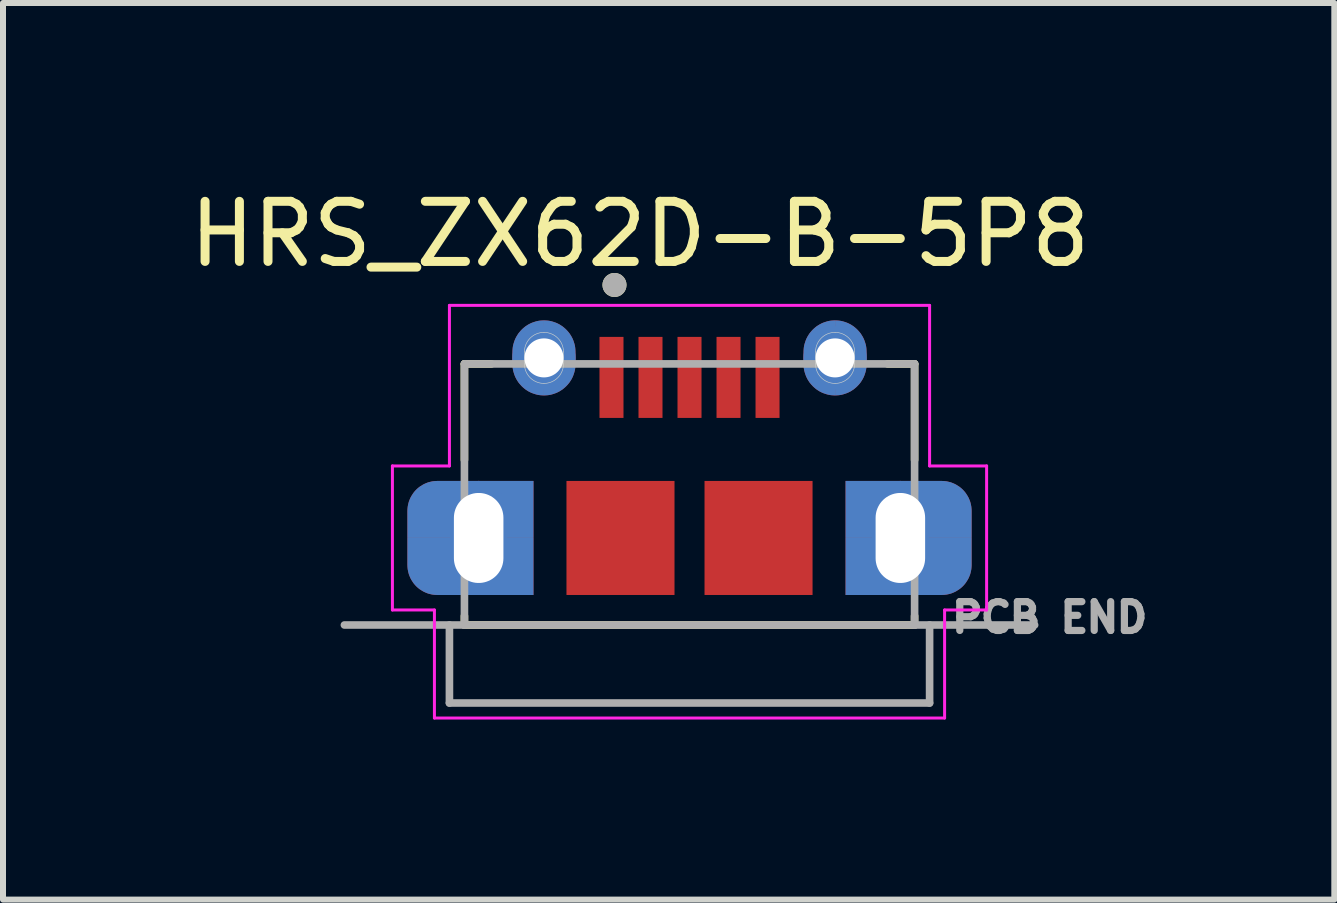
<source format=kicad_pcb>
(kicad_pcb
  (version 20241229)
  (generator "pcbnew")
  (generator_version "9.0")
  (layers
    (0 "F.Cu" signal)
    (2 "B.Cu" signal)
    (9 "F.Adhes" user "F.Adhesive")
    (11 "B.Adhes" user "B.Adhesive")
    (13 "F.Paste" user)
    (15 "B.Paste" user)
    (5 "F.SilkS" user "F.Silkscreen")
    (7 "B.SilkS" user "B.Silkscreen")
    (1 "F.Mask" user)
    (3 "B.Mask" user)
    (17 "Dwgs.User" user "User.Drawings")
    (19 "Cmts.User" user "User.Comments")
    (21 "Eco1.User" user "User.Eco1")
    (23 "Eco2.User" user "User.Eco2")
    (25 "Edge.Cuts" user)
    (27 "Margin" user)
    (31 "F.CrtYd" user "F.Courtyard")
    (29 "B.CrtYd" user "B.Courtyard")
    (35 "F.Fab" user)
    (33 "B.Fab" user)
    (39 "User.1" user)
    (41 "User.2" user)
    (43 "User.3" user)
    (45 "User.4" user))
  (footprint "HRS_ZX62D-B-5P8"
    (layer "F.Cu")
    (at 8.438 5.838)
    (property "Reference" "HRS_ZX62D-B-5P8" (at -0.826 -4.988 0) (layer "F.SilkS") (effects (font (size 1.001 1.001) (thickness 0.15))))
    (attr through_hole)
    (fp_poly (pts (xy -3.1 0.075) (xy -2.6 0.075) (xy -2.6 1.025) (xy -4.2 1.025) (xy -4.226 1.024) (xy -4.252 1.022) (xy -4.278 1.019) (xy -4.304 1.014) (xy -4.329 1.008) (xy -4.355 1.001) (xy -4.379 0.992) (xy -4.403 0.982) (xy -4.427 0.971) (xy -4.45 0.958) (xy -4.472 0.944) (xy -4.494 0.93) (xy -4.515 0.914) (xy -4.535 0.897) (xy -4.554 0.879) (xy -4.572 0.86) (xy -4.589 0.84) (xy -4.605 0.819) (xy -4.619 0.797) (xy -4.633 0.775) (xy -4.646 0.752) (xy -4.657 0.728) (xy -4.667 0.704) (xy -4.676 0.68) (xy -4.683 0.654) (xy -4.689 0.629) (xy -4.694 0.603) (xy -4.697 0.577) (xy -4.699 0.551) (xy -4.7 0.525) (xy -4.7 0.075) (xy -3.925 0.075) (xy -3.925 0.55) (xy -3.925 0.564) (xy -3.923 0.579) (xy -3.922 0.593) (xy -3.919 0.607) (xy -3.916 0.621) (xy -3.912 0.635) (xy -3.907 0.649) (xy -3.901 0.662) (xy -3.895 0.675) (xy -3.888 0.688) (xy -3.881 0.7) (xy -3.872 0.712) (xy -3.864 0.723) (xy -3.854 0.734) (xy -3.844 0.744) (xy -3.834 0.754) (xy -3.823 0.764) (xy -3.812 0.772) (xy -3.8 0.781) (xy -3.787 0.788) (xy -3.775 0.795) (xy -3.762 0.801) (xy -3.749 0.807) (xy -3.735 0.812) (xy -3.721 0.816) (xy -3.707 0.819) (xy -3.693 0.822) (xy -3.679 0.823) (xy -3.664 0.825) (xy -3.65 0.825) (xy -3.4 0.825) (xy -3.384 0.825) (xy -3.369 0.823) (xy -3.353 0.821) (xy -3.338 0.818) (xy -3.322 0.815) (xy -3.307 0.81) (xy -3.292 0.805) (xy -3.278 0.799) (xy -3.264 0.792) (xy -3.25 0.785) (xy -3.237 0.777) (xy -3.224 0.768) (xy -3.211 0.758) (xy -3.199 0.748) (xy -3.188 0.737) (xy -3.177 0.726) (xy -3.167 0.714) (xy -3.157 0.701) (xy -3.148 0.688) (xy -3.14 0.675) (xy -3.133 0.661) (xy -3.126 0.647) (xy -3.12 0.633) (xy -3.115 0.618) (xy -3.11 0.603) (xy -3.107 0.587) (xy -3.104 0.572) (xy -3.102 0.556) (xy -3.1 0.541) (xy -3.1 0.525) (xy -3.1 0.075)) (stroke (width 0.0001) (type solid)) (fill yes) (layer "F.Cu"))
    (fp_poly (pts (xy -2.6 -0.875) (xy -4.2 -0.875) (xy -4.226 -0.874) (xy -4.252 -0.872) (xy -4.278 -0.869) (xy -4.304 -0.864) (xy -4.329 -0.858) (xy -4.355 -0.851) (xy -4.379 -0.842) (xy -4.403 -0.832) (xy -4.427 -0.821) (xy -4.45 -0.808) (xy -4.472 -0.794) (xy -4.494 -0.78) (xy -4.515 -0.764) (xy -4.535 -0.747) (xy -4.554 -0.729) (xy -4.572 -0.71) (xy -4.589 -0.69) (xy -4.605 -0.669) (xy -4.619 -0.647) (xy -4.633 -0.625) (xy -4.646 -0.602) (xy -4.657 -0.578) (xy -4.667 -0.554) (xy -4.676 -0.53) (xy -4.683 -0.504) (xy -4.689 -0.479) (xy -4.694 -0.453) (xy -4.697 -0.427) (xy -4.699 -0.401) (xy -4.7 -0.375) (xy -4.7 0.075) (xy -3.925 0.075) (xy -3.925 -0.375) (xy -3.925 -0.391) (xy -3.923 -0.406) (xy -3.921 -0.422) (xy -3.918 -0.437) (xy -3.915 -0.453) (xy -3.91 -0.468) (xy -3.905 -0.483) (xy -3.899 -0.497) (xy -3.892 -0.511) (xy -3.885 -0.525) (xy -3.877 -0.538) (xy -3.868 -0.551) (xy -3.858 -0.564) (xy -3.848 -0.576) (xy -3.837 -0.587) (xy -3.826 -0.598) (xy -3.814 -0.608) (xy -3.801 -0.618) (xy -3.788 -0.627) (xy -3.775 -0.635) (xy -3.761 -0.642) (xy -3.747 -0.649) (xy -3.733 -0.655) (xy -3.718 -0.66) (xy -3.703 -0.665) (xy -3.687 -0.668) (xy -3.672 -0.671) (xy -3.656 -0.673) (xy -3.641 -0.675) (xy -3.625 -0.675) (xy -3.4 -0.675) (xy -3.384 -0.675) (xy -3.369 -0.673) (xy -3.353 -0.671) (xy -3.338 -0.668) (xy -3.322 -0.665) (xy -3.307 -0.66) (xy -3.292 -0.655) (xy -3.278 -0.649) (xy -3.264 -0.642) (xy -3.25 -0.635) (xy -3.237 -0.627) (xy -3.224 -0.618) (xy -3.211 -0.608) (xy -3.199 -0.598) (xy -3.188 -0.587) (xy -3.177 -0.576) (xy -3.167 -0.564) (xy -3.157 -0.551) (xy -3.148 -0.538) (xy -3.14 -0.525) (xy -3.133 -0.511) (xy -3.126 -0.497) (xy -3.12 -0.483) (xy -3.115 -0.468) (xy -3.11 -0.453) (xy -3.107 -0.437) (xy -3.104 -0.422) (xy -3.102 -0.406) (xy -3.1 -0.391) (xy -3.1 -0.375) (xy -3.1 0.075) (xy -2.6 0.075) (xy -2.6 -0.875)) (stroke (width 0.0001) (type solid)) (fill yes) (layer "F.Cu"))
    (fp_poly (pts (xy 2.6 1.025) (xy 4.2 1.025) (xy 4.226 1.024) (xy 4.252 1.022) (xy 4.278 1.019) (xy 4.304 1.014) (xy 4.329 1.008) (xy 4.355 1.001) (xy 4.379 0.992) (xy 4.403 0.982) (xy 4.427 0.971) (xy 4.45 0.958) (xy 4.472 0.944) (xy 4.494 0.93) (xy 4.515 0.914) (xy 4.535 0.897) (xy 4.554 0.879) (xy 4.572 0.86) (xy 4.589 0.84) (xy 4.605 0.819) (xy 4.619 0.797) (xy 4.633 0.775) (xy 4.646 0.752) (xy 4.657 0.728) (xy 4.667 0.704) (xy 4.676 0.68) (xy 4.683 0.654) (xy 4.689 0.629) (xy 4.694 0.603) (xy 4.697 0.577) (xy 4.699 0.551) (xy 4.7 0.525) (xy 4.7 0.075) (xy 3.925 0.075) (xy 3.925 0.525) (xy 3.925 0.541) (xy 3.923 0.556) (xy 3.921 0.572) (xy 3.918 0.587) (xy 3.915 0.603) (xy 3.91 0.618) (xy 3.905 0.633) (xy 3.899 0.647) (xy 3.892 0.661) (xy 3.885 0.675) (xy 3.877 0.688) (xy 3.868 0.701) (xy 3.858 0.714) (xy 3.848 0.726) (xy 3.837 0.737) (xy 3.826 0.748) (xy 3.814 0.758) (xy 3.801 0.768) (xy 3.788 0.777) (xy 3.775 0.785) (xy 3.761 0.792) (xy 3.747 0.799) (xy 3.733 0.805) (xy 3.718 0.81) (xy 3.703 0.815) (xy 3.687 0.818) (xy 3.672 0.821) (xy 3.656 0.823) (xy 3.641 0.825) (xy 3.625 0.825) (xy 3.4 0.825) (xy 3.384 0.825) (xy 3.369 0.823) (xy 3.353 0.821) (xy 3.338 0.818) (xy 3.322 0.815) (xy 3.307 0.81) (xy 3.292 0.805) (xy 3.278 0.799) (xy 3.264 0.792) (xy 3.25 0.785) (xy 3.237 0.777) (xy 3.224 0.768) (xy 3.211 0.758) (xy 3.199 0.748) (xy 3.188 0.737) (xy 3.177 0.726) (xy 3.167 0.714) (xy 3.157 0.701) (xy 3.148 0.688) (xy 3.14 0.675) (xy 3.133 0.661) (xy 3.126 0.647) (xy 3.12 0.633) (xy 3.115 0.618) (xy 3.11 0.603) (xy 3.107 0.587) (xy 3.104 0.572) (xy 3.102 0.556) (xy 3.1 0.541) (xy 3.1 0.525) (xy 3.1 0.075) (xy 2.6 0.075) (xy 2.6 1.025)) (stroke (width 0.0001) (type solid)) (fill yes) (layer "F.Cu"))
    (fp_poly (pts (xy 3.1 0.075) (xy 2.6 0.075) (xy 2.6 -0.875) (xy 4.2 -0.875) (xy 4.226 -0.874) (xy 4.252 -0.872) (xy 4.278 -0.869) (xy 4.304 -0.864) (xy 4.329 -0.858) (xy 4.355 -0.851) (xy 4.379 -0.842) (xy 4.403 -0.832) (xy 4.427 -0.821) (xy 4.45 -0.808) (xy 4.472 -0.794) (xy 4.494 -0.78) (xy 4.515 -0.764) (xy 4.535 -0.747) (xy 4.554 -0.729) (xy 4.572 -0.71) (xy 4.589 -0.69) (xy 4.605 -0.669) (xy 4.619 -0.647) (xy 4.633 -0.625) (xy 4.646 -0.602) (xy 4.657 -0.578) (xy 4.667 -0.554) (xy 4.676 -0.53) (xy 4.683 -0.504) (xy 4.689 -0.479) (xy 4.694 -0.453) (xy 4.697 -0.427) (xy 4.699 -0.401) (xy 4.7 -0.375) (xy 4.7 0.075) (xy 3.925 0.075) (xy 3.925 -0.4) (xy 3.925 -0.414) (xy 3.923 -0.429) (xy 3.922 -0.443) (xy 3.919 -0.457) (xy 3.916 -0.471) (xy 3.912 -0.485) (xy 3.907 -0.499) (xy 3.901 -0.512) (xy 3.895 -0.525) (xy 3.888 -0.538) (xy 3.881 -0.55) (xy 3.872 -0.562) (xy 3.864 -0.573) (xy 3.854 -0.584) (xy 3.844 -0.594) (xy 3.834 -0.604) (xy 3.823 -0.614) (xy 3.812 -0.622) (xy 3.8 -0.631) (xy 3.787 -0.638) (xy 3.775 -0.645) (xy 3.762 -0.651) (xy 3.749 -0.657) (xy 3.735 -0.662) (xy 3.721 -0.666) (xy 3.707 -0.669) (xy 3.693 -0.672) (xy 3.679 -0.673) (xy 3.664 -0.675) (xy 3.65 -0.675) (xy 3.4 -0.675) (xy 3.384 -0.675) (xy 3.369 -0.673) (xy 3.353 -0.671) (xy 3.338 -0.668) (xy 3.322 -0.665) (xy 3.307 -0.66) (xy 3.292 -0.655) (xy 3.278 -0.649) (xy 3.264 -0.642) (xy 3.25 -0.635) (xy 3.237 -0.627) (xy 3.224 -0.618) (xy 3.211 -0.608) (xy 3.199 -0.598) (xy 3.188 -0.587) (xy 3.177 -0.576) (xy 3.167 -0.564) (xy 3.157 -0.551) (xy 3.148 -0.538) (xy 3.14 -0.525) (xy 3.133 -0.511) (xy 3.126 -0.497) (xy 3.12 -0.483) (xy 3.115 -0.468) (xy 3.11 -0.453) (xy 3.107 -0.437) (xy 3.104 -0.422) (xy 3.102 -0.406) (xy 3.1 -0.391) (xy 3.1 -0.375) (xy 3.1 0.075)) (stroke (width 0.0001) (type solid)) (fill yes) (layer "F.Cu"))
    (fp_poly (pts (xy -2.425 -3.35) (xy -2.425 -3.55) (xy -2.398 -3.549) (xy -2.37 -3.547) (xy -2.343 -3.544) (xy -2.316 -3.539) (xy -2.289 -3.532) (xy -2.263 -3.524) (xy -2.237 -3.515) (xy -2.211 -3.505) (xy -2.187 -3.493) (xy -2.162 -3.48) (xy -2.139 -3.465) (xy -2.116 -3.45) (xy -2.095 -3.433) (xy -2.074 -3.415) (xy -2.054 -3.396) (xy -2.035 -3.376) (xy -2.017 -3.355) (xy -2 -3.334) (xy -1.985 -3.311) (xy -1.97 -3.287) (xy -1.957 -3.263) (xy -1.945 -3.239) (xy -1.935 -3.213) (xy -1.926 -3.187) (xy -1.918 -3.161) (xy -1.911 -3.134) (xy -1.906 -3.107) (xy -1.903 -3.08) (xy -1.901 -3.052) (xy -1.9 -3.025) (xy -1.9 -2.825) (xy -1.901 -2.798) (xy -1.903 -2.77) (xy -1.906 -2.743) (xy -1.911 -2.716) (xy -1.918 -2.689) (xy -1.926 -2.663) (xy -1.935 -2.637) (xy -1.945 -2.611) (xy -1.957 -2.587) (xy -1.97 -2.562) (xy -1.985 -2.539) (xy -2 -2.516) (xy -2.017 -2.495) (xy -2.035 -2.474) (xy -2.054 -2.454) (xy -2.074 -2.435) (xy -2.095 -2.417) (xy -2.116 -2.4) (xy -2.139 -2.385) (xy -2.162 -2.37) (xy -2.187 -2.357) (xy -2.211 -2.345) (xy -2.237 -2.335) (xy -2.263 -2.326) (xy -2.289 -2.318) (xy -2.316 -2.311) (xy -2.343 -2.306) (xy -2.37 -2.303) (xy -2.398 -2.301) (xy -2.425 -2.3) (xy -2.425 -2.5) (xy -2.408 -2.5) (xy -2.391 -2.502) (xy -2.374 -2.504) (xy -2.357 -2.507) (xy -2.341 -2.511) (xy -2.325 -2.516) (xy -2.309 -2.522) (xy -2.293 -2.528) (xy -2.277 -2.535) (xy -2.263 -2.544) (xy -2.248 -2.552) (xy -2.234 -2.562) (xy -2.22 -2.572) (xy -2.208 -2.583) (xy -2.195 -2.595) (xy -2.183 -2.608) (xy -2.172 -2.62) (xy -2.162 -2.634) (xy -2.152 -2.648) (xy -2.144 -2.663) (xy -2.135 -2.677) (xy -2.128 -2.693) (xy -2.122 -2.709) (xy -2.116 -2.725) (xy -2.111 -2.741) (xy -2.107 -2.757) (xy -2.104 -2.774) (xy -2.102 -2.791) (xy -2.1 -2.808) (xy -2.1 -2.825) (xy -2.1 -3.025) (xy -2.1 -3.042) (xy -2.102 -3.059) (xy -2.104 -3.076) (xy -2.107 -3.093) (xy -2.111 -3.109) (xy -2.116 -3.125) (xy -2.122 -3.141) (xy -2.128 -3.157) (xy -2.135 -3.173) (xy -2.144 -3.188) (xy -2.152 -3.202) (xy -2.162 -3.216) (xy -2.172 -3.23) (xy -2.183 -3.242) (xy -2.195 -3.255) (xy -2.208 -3.267) (xy -2.22 -3.278) (xy -2.234 -3.288) (xy -2.248 -3.298) (xy -2.263 -3.306) (xy -2.277 -3.315) (xy -2.293 -3.322) (xy -2.309 -3.328) (xy -2.325 -3.334) (xy -2.341 -3.339) (xy -2.357 -3.343) (xy -2.374 -3.346) (xy -2.391 -3.348) (xy -2.408 -3.35) (xy -2.425 -3.35)) (stroke (width 0.0001) (type solid)) (fill yes) (layer "F.Cu"))
    (fp_poly (pts (xy -2.425 -2.5) (xy -2.425 -2.3) (xy -2.452 -2.301) (xy -2.48 -2.303) (xy -2.507 -2.306) (xy -2.534 -2.311) (xy -2.561 -2.318) (xy -2.587 -2.326) (xy -2.613 -2.335) (xy -2.639 -2.345) (xy -2.663 -2.357) (xy -2.688 -2.37) (xy -2.711 -2.385) (xy -2.734 -2.4) (xy -2.755 -2.417) (xy -2.776 -2.435) (xy -2.796 -2.454) (xy -2.815 -2.474) (xy -2.833 -2.495) (xy -2.85 -2.516) (xy -2.865 -2.539) (xy -2.88 -2.563) (xy -2.893 -2.587) (xy -2.905 -2.611) (xy -2.915 -2.637) (xy -2.924 -2.663) (xy -2.932 -2.689) (xy -2.939 -2.716) (xy -2.944 -2.743) (xy -2.947 -2.77) (xy -2.949 -2.798) (xy -2.95 -2.825) (xy -2.95 -3.025) (xy -2.949 -3.052) (xy -2.947 -3.08) (xy -2.944 -3.107) (xy -2.939 -3.134) (xy -2.932 -3.161) (xy -2.924 -3.187) (xy -2.915 -3.213) (xy -2.905 -3.239) (xy -2.893 -3.263) (xy -2.88 -3.287) (xy -2.865 -3.311) (xy -2.85 -3.334) (xy -2.833 -3.355) (xy -2.815 -3.376) (xy -2.796 -3.396) (xy -2.776 -3.415) (xy -2.755 -3.433) (xy -2.734 -3.45) (xy -2.711 -3.465) (xy -2.688 -3.48) (xy -2.663 -3.493) (xy -2.639 -3.505) (xy -2.613 -3.515) (xy -2.587 -3.524) (xy -2.561 -3.532) (xy -2.534 -3.539) (xy -2.507 -3.544) (xy -2.48 -3.547) (xy -2.452 -3.549) (xy -2.425 -3.55) (xy -2.425 -3.35) (xy -2.442 -3.35) (xy -2.459 -3.348) (xy -2.476 -3.346) (xy -2.493 -3.343) (xy -2.509 -3.339) (xy -2.525 -3.334) (xy -2.541 -3.328) (xy -2.557 -3.322) (xy -2.573 -3.315) (xy -2.587 -3.306) (xy -2.602 -3.298) (xy -2.616 -3.288) (xy -2.63 -3.278) (xy -2.642 -3.267) (xy -2.655 -3.255) (xy -2.667 -3.242) (xy -2.678 -3.23) (xy -2.688 -3.216) (xy -2.698 -3.202) (xy -2.706 -3.188) (xy -2.715 -3.173) (xy -2.722 -3.157) (xy -2.728 -3.141) (xy -2.734 -3.125) (xy -2.739 -3.109) (xy -2.743 -3.093) (xy -2.746 -3.076) (xy -2.748 -3.059) (xy -2.75 -3.042) (xy -2.75 -3.025) (xy -2.75 -2.825) (xy -2.75 -2.808) (xy -2.748 -2.791) (xy -2.746 -2.774) (xy -2.743 -2.757) (xy -2.739 -2.741) (xy -2.734 -2.725) (xy -2.728 -2.709) (xy -2.722 -2.693) (xy -2.715 -2.677) (xy -2.706 -2.663) (xy -2.698 -2.648) (xy -2.688 -2.634) (xy -2.678 -2.62) (xy -2.667 -2.608) (xy -2.655 -2.595) (xy -2.642 -2.583) (xy -2.63 -2.572) (xy -2.616 -2.562) (xy -2.602 -2.552) (xy -2.587 -2.544) (xy -2.573 -2.535) (xy -2.557 -2.528) (xy -2.541 -2.522) (xy -2.525 -2.516) (xy -2.509 -2.511) (xy -2.493 -2.507) (xy -2.476 -2.504) (xy -2.459 -2.502) (xy -2.442 -2.5) (xy -2.425 -2.5)) (stroke (width 0.0001) (type solid)) (fill yes) (layer "F.Cu"))
    (fp_poly (pts (xy 2.425 -3.35) (xy 2.425 -3.55) (xy 2.452 -3.549) (xy 2.48 -3.547) (xy 2.507 -3.544) (xy 2.534 -3.539) (xy 2.561 -3.532) (xy 2.587 -3.524) (xy 2.613 -3.515) (xy 2.639 -3.505) (xy 2.663 -3.493) (xy 2.688 -3.48) (xy 2.711 -3.465) (xy 2.734 -3.45) (xy 2.755 -3.433) (xy 2.776 -3.415) (xy 2.796 -3.396) (xy 2.815 -3.376) (xy 2.833 -3.355) (xy 2.85 -3.334) (xy 2.865 -3.311) (xy 2.88 -3.287) (xy 2.893 -3.263) (xy 2.905 -3.239) (xy 2.915 -3.213) (xy 2.924 -3.187) (xy 2.932 -3.161) (xy 2.939 -3.134) (xy 2.944 -3.107) (xy 2.947 -3.08) (xy 2.949 -3.052) (xy 2.95 -3.025) (xy 2.95 -2.825) (xy 2.949 -2.798) (xy 2.947 -2.77) (xy 2.944 -2.743) (xy 2.939 -2.716) (xy 2.932 -2.689) (xy 2.924 -2.663) (xy 2.915 -2.637) (xy 2.905 -2.611) (xy 2.893 -2.587) (xy 2.88 -2.563) (xy 2.865 -2.539) (xy 2.85 -2.516) (xy 2.833 -2.495) (xy 2.815 -2.474) (xy 2.796 -2.454) (xy 2.776 -2.435) (xy 2.755 -2.417) (xy 2.734 -2.4) (xy 2.711 -2.385) (xy 2.688 -2.37) (xy 2.663 -2.357) (xy 2.639 -2.345) (xy 2.613 -2.335) (xy 2.587 -2.326) (xy 2.561 -2.318) (xy 2.534 -2.311) (xy 2.507 -2.306) (xy 2.48 -2.303) (xy 2.452 -2.301) (xy 2.425 -2.3) (xy 2.425 -2.5) (xy 2.442 -2.5) (xy 2.459 -2.502) (xy 2.476 -2.504) (xy 2.493 -2.507) (xy 2.509 -2.511) (xy 2.525 -2.516) (xy 2.541 -2.522) (xy 2.557 -2.528) (xy 2.573 -2.535) (xy 2.587 -2.544) (xy 2.602 -2.552) (xy 2.616 -2.562) (xy 2.63 -2.572) (xy 2.642 -2.583) (xy 2.655 -2.595) (xy 2.667 -2.608) (xy 2.678 -2.62) (xy 2.688 -2.634) (xy 2.698 -2.648) (xy 2.706 -2.663) (xy 2.715 -2.677) (xy 2.722 -2.693) (xy 2.728 -2.709) (xy 2.734 -2.725) (xy 2.739 -2.741) (xy 2.743 -2.757) (xy 2.746 -2.774) (xy 2.748 -2.791) (xy 2.75 -2.808) (xy 2.75 -2.825) (xy 2.75 -3.025) (xy 2.75 -3.042) (xy 2.748 -3.059) (xy 2.746 -3.076) (xy 2.743 -3.093) (xy 2.739 -3.109) (xy 2.734 -3.125) (xy 2.728 -3.141) (xy 2.722 -3.157) (xy 2.715 -3.173) (xy 2.706 -3.188) (xy 2.698 -3.202) (xy 2.688 -3.216) (xy 2.678 -3.23) (xy 2.667 -3.242) (xy 2.655 -3.255) (xy 2.642 -3.267) (xy 2.63 -3.278) (xy 2.616 -3.288) (xy 2.602 -3.298) (xy 2.587 -3.306) (xy 2.573 -3.315) (xy 2.557 -3.322) (xy 2.541 -3.328) (xy 2.525 -3.334) (xy 2.509 -3.339) (xy 2.493 -3.343) (xy 2.476 -3.346) (xy 2.459 -3.348) (xy 2.442 -3.35) (xy 2.425 -3.35)) (stroke (width 0.0001) (type solid)) (fill yes) (layer "F.Cu"))
    (fp_poly (pts (xy 2.425 -2.5) (xy 2.425 -2.3) (xy 2.398 -2.301) (xy 2.37 -2.303) (xy 2.343 -2.306) (xy 2.316 -2.311) (xy 2.289 -2.318) (xy 2.263 -2.326) (xy 2.237 -2.335) (xy 2.211 -2.345) (xy 2.187 -2.357) (xy 2.162 -2.37) (xy 2.139 -2.385) (xy 2.116 -2.4) (xy 2.095 -2.417) (xy 2.074 -2.435) (xy 2.054 -2.454) (xy 2.035 -2.474) (xy 2.017 -2.495) (xy 2 -2.516) (xy 1.985 -2.539) (xy 1.97 -2.562) (xy 1.957 -2.587) (xy 1.945 -2.611) (xy 1.935 -2.637) (xy 1.926 -2.663) (xy 1.918 -2.689) (xy 1.911 -2.716) (xy 1.906 -2.743) (xy 1.903 -2.77) (xy 1.901 -2.798) (xy 1.9 -2.825) (xy 1.9 -3.025) (xy 1.901 -3.052) (xy 1.903 -3.08) (xy 1.906 -3.107) (xy 1.911 -3.134) (xy 1.918 -3.161) (xy 1.926 -3.187) (xy 1.935 -3.213) (xy 1.945 -3.239) (xy 1.957 -3.263) (xy 1.97 -3.287) (xy 1.985 -3.311) (xy 2 -3.334) (xy 2.017 -3.355) (xy 2.035 -3.376) (xy 2.054 -3.396) (xy 2.074 -3.415) (xy 2.095 -3.433) (xy 2.116 -3.45) (xy 2.139 -3.465) (xy 2.163 -3.48) (xy 2.187 -3.493) (xy 2.211 -3.505) (xy 2.237 -3.515) (xy 2.263 -3.524) (xy 2.289 -3.532) (xy 2.316 -3.539) (xy 2.343 -3.544) (xy 2.37 -3.547) (xy 2.398 -3.549) (xy 2.425 -3.55) (xy 2.425 -3.35) (xy 2.408 -3.35) (xy 2.391 -3.348) (xy 2.374 -3.346) (xy 2.357 -3.343) (xy 2.341 -3.339) (xy 2.325 -3.334) (xy 2.309 -3.328) (xy 2.293 -3.322) (xy 2.277 -3.315) (xy 2.263 -3.306) (xy 2.248 -3.298) (xy 2.234 -3.288) (xy 2.22 -3.278) (xy 2.208 -3.267) (xy 2.195 -3.255) (xy 2.183 -3.242) (xy 2.172 -3.23) (xy 2.162 -3.216) (xy 2.152 -3.202) (xy 2.144 -3.188) (xy 2.135 -3.173) (xy 2.128 -3.157) (xy 2.122 -3.141) (xy 2.116 -3.125) (xy 2.111 -3.109) (xy 2.107 -3.093) (xy 2.104 -3.076) (xy 2.102 -3.059) (xy 2.1 -3.042) (xy 2.1 -3.025) (xy 2.1 -2.825) (xy 2.1 -2.808) (xy 2.102 -2.791) (xy 2.104 -2.774) (xy 2.107 -2.757) (xy 2.111 -2.741) (xy 2.116 -2.725) (xy 2.122 -2.709) (xy 2.128 -2.693) (xy 2.135 -2.677) (xy 2.144 -2.663) (xy 2.152 -2.648) (xy 2.162 -2.634) (xy 2.172 -2.62) (xy 2.183 -2.608) (xy 2.195 -2.595) (xy 2.208 -2.583) (xy 2.22 -2.572) (xy 2.234 -2.562) (xy 2.248 -2.552) (xy 2.263 -2.544) (xy 2.277 -2.535) (xy 2.293 -2.528) (xy 2.309 -2.522) (xy 2.325 -2.516) (xy 2.341 -2.511) (xy 2.357 -2.507) (xy 2.374 -2.504) (xy 2.391 -2.502) (xy 2.408 -2.5) (xy 2.425 -2.5)) (stroke (width 0.0001) (type solid)) (fill yes) (layer "F.Cu"))
    (fp_poly (pts (xy -4.801 -0.975) (xy -2.5 -0.975) (xy -2.5 1.126) (xy -4.801 1.126)) (stroke (width 0.01) (type solid)) (fill yes) (layer "F.Mask"))
    (fp_poly (pts (xy -3.051 -3.65) (xy -1.8 -3.65) (xy -1.8 -2.2) (xy -3.051 -2.2)) (stroke (width 0.01) (type solid)) (fill yes) (layer "F.Mask"))
    (fp_poly (pts (xy 1.802 -3.65) (xy 3.05 -3.65) (xy 3.05 -2.2) (xy 1.802 -2.2)) (stroke (width 0.01) (type solid)) (fill yes) (layer "F.Mask"))
    (fp_poly (pts (xy 2.502 -0.975) (xy 4.8 -0.975) (xy 4.8 1.128) (xy 2.502 1.128)) (stroke (width 0.01) (type solid)) (fill yes) (layer "F.Mask"))
    (fp_poly (pts (xy -3.1 0.075) (xy -2.6 0.075) (xy -2.6 1.025) (xy -4.2 1.025) (xy -4.226 1.024) (xy -4.252 1.022) (xy -4.278 1.019) (xy -4.304 1.014) (xy -4.329 1.008) (xy -4.355 1.001) (xy -4.379 0.992) (xy -4.403 0.982) (xy -4.427 0.971) (xy -4.45 0.958) (xy -4.472 0.944) (xy -4.494 0.93) (xy -4.515 0.914) (xy -4.535 0.897) (xy -4.554 0.879) (xy -4.572 0.86) (xy -4.589 0.84) (xy -4.605 0.819) (xy -4.619 0.797) (xy -4.633 0.775) (xy -4.646 0.752) (xy -4.657 0.728) (xy -4.667 0.704) (xy -4.676 0.68) (xy -4.683 0.654) (xy -4.689 0.629) (xy -4.694 0.603) (xy -4.697 0.577) (xy -4.699 0.551) (xy -4.7 0.525) (xy -4.7 0.075) (xy -3.925 0.075) (xy -3.925 0.55) (xy -3.925 0.564) (xy -3.923 0.579) (xy -3.922 0.593) (xy -3.919 0.607) (xy -3.916 0.621) (xy -3.912 0.635) (xy -3.907 0.649) (xy -3.901 0.662) (xy -3.895 0.675) (xy -3.888 0.688) (xy -3.881 0.7) (xy -3.872 0.712) (xy -3.864 0.723) (xy -3.854 0.734) (xy -3.844 0.744) (xy -3.834 0.754) (xy -3.823 0.764) (xy -3.812 0.772) (xy -3.8 0.781) (xy -3.787 0.788) (xy -3.775 0.795) (xy -3.762 0.801) (xy -3.749 0.807) (xy -3.735 0.812) (xy -3.721 0.816) (xy -3.707 0.819) (xy -3.693 0.822) (xy -3.679 0.823) (xy -3.664 0.825) (xy -3.65 0.825) (xy -3.4 0.825) (xy -3.384 0.825) (xy -3.369 0.823) (xy -3.353 0.821) (xy -3.338 0.818) (xy -3.322 0.815) (xy -3.307 0.81) (xy -3.292 0.805) (xy -3.278 0.799) (xy -3.264 0.792) (xy -3.25 0.785) (xy -3.237 0.777) (xy -3.224 0.768) (xy -3.211 0.758) (xy -3.199 0.748) (xy -3.188 0.737) (xy -3.177 0.726) (xy -3.167 0.714) (xy -3.157 0.701) (xy -3.148 0.688) (xy -3.14 0.675) (xy -3.133 0.661) (xy -3.126 0.647) (xy -3.12 0.633) (xy -3.115 0.618) (xy -3.11 0.603) (xy -3.107 0.587) (xy -3.104 0.572) (xy -3.102 0.556) (xy -3.1 0.541) (xy -3.1 0.525) (xy -3.1 0.075)) (stroke (width 0.0001) (type solid)) (fill yes) (layer "B.Cu"))
    (fp_poly (pts (xy -2.6 -0.875) (xy -4.2 -0.875) (xy -4.226 -0.874) (xy -4.252 -0.872) (xy -4.278 -0.869) (xy -4.304 -0.864) (xy -4.329 -0.858) (xy -4.355 -0.851) (xy -4.379 -0.842) (xy -4.403 -0.832) (xy -4.427 -0.821) (xy -4.45 -0.808) (xy -4.472 -0.794) (xy -4.494 -0.78) (xy -4.515 -0.764) (xy -4.535 -0.747) (xy -4.554 -0.729) (xy -4.572 -0.71) (xy -4.589 -0.69) (xy -4.605 -0.669) (xy -4.619 -0.647) (xy -4.633 -0.625) (xy -4.646 -0.602) (xy -4.657 -0.578) (xy -4.667 -0.554) (xy -4.676 -0.53) (xy -4.683 -0.504) (xy -4.689 -0.479) (xy -4.694 -0.453) (xy -4.697 -0.427) (xy -4.699 -0.401) (xy -4.7 -0.375) (xy -4.7 0.075) (xy -3.925 0.075) (xy -3.925 -0.375) (xy -3.925 -0.391) (xy -3.923 -0.406) (xy -3.921 -0.422) (xy -3.918 -0.437) (xy -3.915 -0.453) (xy -3.91 -0.468) (xy -3.905 -0.483) (xy -3.899 -0.497) (xy -3.892 -0.511) (xy -3.885 -0.525) (xy -3.877 -0.538) (xy -3.868 -0.551) (xy -3.858 -0.564) (xy -3.848 -0.576) (xy -3.837 -0.587) (xy -3.826 -0.598) (xy -3.814 -0.608) (xy -3.801 -0.618) (xy -3.788 -0.627) (xy -3.775 -0.635) (xy -3.761 -0.642) (xy -3.747 -0.649) (xy -3.733 -0.655) (xy -3.718 -0.66) (xy -3.703 -0.665) (xy -3.687 -0.668) (xy -3.672 -0.671) (xy -3.656 -0.673) (xy -3.641 -0.675) (xy -3.625 -0.675) (xy -3.4 -0.675) (xy -3.384 -0.675) (xy -3.369 -0.673) (xy -3.353 -0.671) (xy -3.338 -0.668) (xy -3.322 -0.665) (xy -3.307 -0.66) (xy -3.292 -0.655) (xy -3.278 -0.649) (xy -3.264 -0.642) (xy -3.25 -0.635) (xy -3.237 -0.627) (xy -3.224 -0.618) (xy -3.211 -0.608) (xy -3.199 -0.598) (xy -3.188 -0.587) (xy -3.177 -0.576) (xy -3.167 -0.564) (xy -3.157 -0.551) (xy -3.148 -0.538) (xy -3.14 -0.525) (xy -3.133 -0.511) (xy -3.126 -0.497) (xy -3.12 -0.483) (xy -3.115 -0.468) (xy -3.11 -0.453) (xy -3.107 -0.437) (xy -3.104 -0.422) (xy -3.102 -0.406) (xy -3.1 -0.391) (xy -3.1 -0.375) (xy -3.1 0.075) (xy -2.6 0.075) (xy -2.6 -0.875)) (stroke (width 0.0001) (type solid)) (fill yes) (layer "B.Cu"))
    (fp_poly (pts (xy 2.6 1.025) (xy 4.2 1.025) (xy 4.226 1.024) (xy 4.252 1.022) (xy 4.278 1.019) (xy 4.304 1.014) (xy 4.329 1.008) (xy 4.355 1.001) (xy 4.379 0.992) (xy 4.403 0.982) (xy 4.427 0.971) (xy 4.45 0.958) (xy 4.472 0.944) (xy 4.494 0.93) (xy 4.515 0.914) (xy 4.535 0.897) (xy 4.554 0.879) (xy 4.572 0.86) (xy 4.589 0.84) (xy 4.605 0.819) (xy 4.619 0.797) (xy 4.633 0.775) (xy 4.646 0.752) (xy 4.657 0.728) (xy 4.667 0.704) (xy 4.676 0.68) (xy 4.683 0.654) (xy 4.689 0.629) (xy 4.694 0.603) (xy 4.697 0.577) (xy 4.699 0.551) (xy 4.7 0.525) (xy 4.7 0.075) (xy 3.925 0.075) (xy 3.925 0.525) (xy 3.925 0.541) (xy 3.923 0.556) (xy 3.921 0.572) (xy 3.918 0.587) (xy 3.915 0.603) (xy 3.91 0.618) (xy 3.905 0.633) (xy 3.899 0.647) (xy 3.892 0.661) (xy 3.885 0.675) (xy 3.877 0.688) (xy 3.868 0.701) (xy 3.858 0.714) (xy 3.848 0.726) (xy 3.837 0.737) (xy 3.826 0.748) (xy 3.814 0.758) (xy 3.801 0.768) (xy 3.788 0.777) (xy 3.775 0.785) (xy 3.761 0.792) (xy 3.747 0.799) (xy 3.733 0.805) (xy 3.718 0.81) (xy 3.703 0.815) (xy 3.687 0.818) (xy 3.672 0.821) (xy 3.656 0.823) (xy 3.641 0.825) (xy 3.625 0.825) (xy 3.4 0.825) (xy 3.384 0.825) (xy 3.369 0.823) (xy 3.353 0.821) (xy 3.338 0.818) (xy 3.322 0.815) (xy 3.307 0.81) (xy 3.292 0.805) (xy 3.278 0.799) (xy 3.264 0.792) (xy 3.25 0.785) (xy 3.237 0.777) (xy 3.224 0.768) (xy 3.211 0.758) (xy 3.199 0.748) (xy 3.188 0.737) (xy 3.177 0.726) (xy 3.167 0.714) (xy 3.157 0.701) (xy 3.148 0.688) (xy 3.14 0.675) (xy 3.133 0.661) (xy 3.126 0.647) (xy 3.12 0.633) (xy 3.115 0.618) (xy 3.11 0.603) (xy 3.107 0.587) (xy 3.104 0.572) (xy 3.102 0.556) (xy 3.1 0.541) (xy 3.1 0.525) (xy 3.1 0.075) (xy 2.6 0.075) (xy 2.6 1.025)) (stroke (width 0.0001) (type solid)) (fill yes) (layer "B.Cu"))
    (fp_poly (pts (xy 3.1 0.075) (xy 2.6 0.075) (xy 2.6 -0.875) (xy 4.2 -0.875) (xy 4.226 -0.874) (xy 4.252 -0.872) (xy 4.278 -0.869) (xy 4.304 -0.864) (xy 4.329 -0.858) (xy 4.355 -0.851) (xy 4.379 -0.842) (xy 4.403 -0.832) (xy 4.427 -0.821) (xy 4.45 -0.808) (xy 4.472 -0.794) (xy 4.494 -0.78) (xy 4.515 -0.764) (xy 4.535 -0.747) (xy 4.554 -0.729) (xy 4.572 -0.71) (xy 4.589 -0.69) (xy 4.605 -0.669) (xy 4.619 -0.647) (xy 4.633 -0.625) (xy 4.646 -0.602) (xy 4.657 -0.578) (xy 4.667 -0.554) (xy 4.676 -0.53) (xy 4.683 -0.504) (xy 4.689 -0.479) (xy 4.694 -0.453) (xy 4.697 -0.427) (xy 4.699 -0.401) (xy 4.7 -0.375) (xy 4.7 0.075) (xy 3.925 0.075) (xy 3.925 -0.4) (xy 3.925 -0.414) (xy 3.923 -0.429) (xy 3.922 -0.443) (xy 3.919 -0.457) (xy 3.916 -0.471) (xy 3.912 -0.485) (xy 3.907 -0.499) (xy 3.901 -0.512) (xy 3.895 -0.525) (xy 3.888 -0.538) (xy 3.881 -0.55) (xy 3.872 -0.562) (xy 3.864 -0.573) (xy 3.854 -0.584) (xy 3.844 -0.594) (xy 3.834 -0.604) (xy 3.823 -0.614) (xy 3.812 -0.622) (xy 3.8 -0.631) (xy 3.787 -0.638) (xy 3.775 -0.645) (xy 3.762 -0.651) (xy 3.749 -0.657) (xy 3.735 -0.662) (xy 3.721 -0.666) (xy 3.707 -0.669) (xy 3.693 -0.672) (xy 3.679 -0.673) (xy 3.664 -0.675) (xy 3.65 -0.675) (xy 3.4 -0.675) (xy 3.384 -0.675) (xy 3.369 -0.673) (xy 3.353 -0.671) (xy 3.338 -0.668) (xy 3.322 -0.665) (xy 3.307 -0.66) (xy 3.292 -0.655) (xy 3.278 -0.649) (xy 3.264 -0.642) (xy 3.25 -0.635) (xy 3.237 -0.627) (xy 3.224 -0.618) (xy 3.211 -0.608) (xy 3.199 -0.598) (xy 3.188 -0.587) (xy 3.177 -0.576) (xy 3.167 -0.564) (xy 3.157 -0.551) (xy 3.148 -0.538) (xy 3.14 -0.525) (xy 3.133 -0.511) (xy 3.126 -0.497) (xy 3.12 -0.483) (xy 3.115 -0.468) (xy 3.11 -0.453) (xy 3.107 -0.437) (xy 3.104 -0.422) (xy 3.102 -0.406) (xy 3.1 -0.391) (xy 3.1 -0.375) (xy 3.1 0.075)) (stroke (width 0.0001) (type solid)) (fill yes) (layer "B.Cu"))
    (fp_poly (pts (xy -2.425 -3.35) (xy -2.425 -3.55) (xy -2.398 -3.549) (xy -2.37 -3.547) (xy -2.343 -3.544) (xy -2.316 -3.539) (xy -2.289 -3.532) (xy -2.263 -3.524) (xy -2.237 -3.515) (xy -2.211 -3.505) (xy -2.187 -3.493) (xy -2.162 -3.48) (xy -2.139 -3.465) (xy -2.116 -3.45) (xy -2.095 -3.433) (xy -2.074 -3.415) (xy -2.054 -3.396) (xy -2.035 -3.376) (xy -2.017 -3.355) (xy -2 -3.334) (xy -1.985 -3.311) (xy -1.97 -3.287) (xy -1.957 -3.263) (xy -1.945 -3.239) (xy -1.935 -3.213) (xy -1.926 -3.187) (xy -1.918 -3.161) (xy -1.911 -3.134) (xy -1.906 -3.107) (xy -1.903 -3.08) (xy -1.901 -3.052) (xy -1.9 -3.025) (xy -1.9 -2.825) (xy -1.901 -2.798) (xy -1.903 -2.77) (xy -1.906 -2.743) (xy -1.911 -2.716) (xy -1.918 -2.689) (xy -1.926 -2.663) (xy -1.935 -2.637) (xy -1.945 -2.611) (xy -1.957 -2.587) (xy -1.97 -2.562) (xy -1.985 -2.539) (xy -2 -2.516) (xy -2.017 -2.495) (xy -2.035 -2.474) (xy -2.054 -2.454) (xy -2.074 -2.435) (xy -2.095 -2.417) (xy -2.116 -2.4) (xy -2.139 -2.385) (xy -2.162 -2.37) (xy -2.187 -2.357) (xy -2.211 -2.345) (xy -2.237 -2.335) (xy -2.263 -2.326) (xy -2.289 -2.318) (xy -2.316 -2.311) (xy -2.343 -2.306) (xy -2.37 -2.303) (xy -2.398 -2.301) (xy -2.425 -2.3) (xy -2.425 -2.5) (xy -2.408 -2.5) (xy -2.391 -2.502) (xy -2.374 -2.504) (xy -2.357 -2.507) (xy -2.341 -2.511) (xy -2.325 -2.516) (xy -2.309 -2.522) (xy -2.293 -2.528) (xy -2.277 -2.535) (xy -2.263 -2.544) (xy -2.248 -2.552) (xy -2.234 -2.562) (xy -2.22 -2.572) (xy -2.208 -2.583) (xy -2.195 -2.595) (xy -2.183 -2.608) (xy -2.172 -2.62) (xy -2.162 -2.634) (xy -2.152 -2.648) (xy -2.144 -2.663) (xy -2.135 -2.677) (xy -2.128 -2.693) (xy -2.122 -2.709) (xy -2.116 -2.725) (xy -2.111 -2.741) (xy -2.107 -2.757) (xy -2.104 -2.774) (xy -2.102 -2.791) (xy -2.1 -2.808) (xy -2.1 -2.825) (xy -2.1 -3.025) (xy -2.1 -3.042) (xy -2.102 -3.059) (xy -2.104 -3.076) (xy -2.107 -3.093) (xy -2.111 -3.109) (xy -2.116 -3.125) (xy -2.122 -3.141) (xy -2.128 -3.157) (xy -2.135 -3.173) (xy -2.144 -3.188) (xy -2.152 -3.202) (xy -2.162 -3.216) (xy -2.172 -3.23) (xy -2.183 -3.242) (xy -2.195 -3.255) (xy -2.208 -3.267) (xy -2.22 -3.278) (xy -2.234 -3.288) (xy -2.248 -3.298) (xy -2.263 -3.306) (xy -2.277 -3.315) (xy -2.293 -3.322) (xy -2.309 -3.328) (xy -2.325 -3.334) (xy -2.341 -3.339) (xy -2.357 -3.343) (xy -2.374 -3.346) (xy -2.391 -3.348) (xy -2.408 -3.35) (xy -2.425 -3.35)) (stroke (width 0.0001) (type solid)) (fill yes) (layer "B.Cu"))
    (fp_poly (pts (xy -2.425 -2.5) (xy -2.425 -2.3) (xy -2.452 -2.301) (xy -2.48 -2.303) (xy -2.507 -2.306) (xy -2.534 -2.311) (xy -2.561 -2.318) (xy -2.587 -2.326) (xy -2.613 -2.335) (xy -2.639 -2.345) (xy -2.663 -2.357) (xy -2.688 -2.37) (xy -2.711 -2.385) (xy -2.734 -2.4) (xy -2.755 -2.417) (xy -2.776 -2.435) (xy -2.796 -2.454) (xy -2.815 -2.474) (xy -2.833 -2.495) (xy -2.85 -2.516) (xy -2.865 -2.539) (xy -2.88 -2.563) (xy -2.893 -2.587) (xy -2.905 -2.611) (xy -2.915 -2.637) (xy -2.924 -2.663) (xy -2.932 -2.689) (xy -2.939 -2.716) (xy -2.944 -2.743) (xy -2.947 -2.77) (xy -2.949 -2.798) (xy -2.95 -2.825) (xy -2.95 -3.025) (xy -2.949 -3.052) (xy -2.947 -3.08) (xy -2.944 -3.107) (xy -2.939 -3.134) (xy -2.932 -3.161) (xy -2.924 -3.187) (xy -2.915 -3.213) (xy -2.905 -3.239) (xy -2.893 -3.263) (xy -2.88 -3.287) (xy -2.865 -3.311) (xy -2.85 -3.334) (xy -2.833 -3.355) (xy -2.815 -3.376) (xy -2.796 -3.396) (xy -2.776 -3.415) (xy -2.755 -3.433) (xy -2.734 -3.45) (xy -2.711 -3.465) (xy -2.688 -3.48) (xy -2.663 -3.493) (xy -2.639 -3.505) (xy -2.613 -3.515) (xy -2.587 -3.524) (xy -2.561 -3.532) (xy -2.534 -3.539) (xy -2.507 -3.544) (xy -2.48 -3.547) (xy -2.452 -3.549) (xy -2.425 -3.55) (xy -2.425 -3.35) (xy -2.442 -3.35) (xy -2.459 -3.348) (xy -2.476 -3.346) (xy -2.493 -3.343) (xy -2.509 -3.339) (xy -2.525 -3.334) (xy -2.541 -3.328) (xy -2.557 -3.322) (xy -2.573 -3.315) (xy -2.587 -3.306) (xy -2.602 -3.298) (xy -2.616 -3.288) (xy -2.63 -3.278) (xy -2.642 -3.267) (xy -2.655 -3.255) (xy -2.667 -3.242) (xy -2.678 -3.23) (xy -2.688 -3.216) (xy -2.698 -3.202) (xy -2.706 -3.188) (xy -2.715 -3.173) (xy -2.722 -3.157) (xy -2.728 -3.141) (xy -2.734 -3.125) (xy -2.739 -3.109) (xy -2.743 -3.093) (xy -2.746 -3.076) (xy -2.748 -3.059) (xy -2.75 -3.042) (xy -2.75 -3.025) (xy -2.75 -2.825) (xy -2.75 -2.808) (xy -2.748 -2.791) (xy -2.746 -2.774) (xy -2.743 -2.757) (xy -2.739 -2.741) (xy -2.734 -2.725) (xy -2.728 -2.709) (xy -2.722 -2.693) (xy -2.715 -2.677) (xy -2.706 -2.663) (xy -2.698 -2.648) (xy -2.688 -2.634) (xy -2.678 -2.62) (xy -2.667 -2.608) (xy -2.655 -2.595) (xy -2.642 -2.583) (xy -2.63 -2.572) (xy -2.616 -2.562) (xy -2.602 -2.552) (xy -2.587 -2.544) (xy -2.573 -2.535) (xy -2.557 -2.528) (xy -2.541 -2.522) (xy -2.525 -2.516) (xy -2.509 -2.511) (xy -2.493 -2.507) (xy -2.476 -2.504) (xy -2.459 -2.502) (xy -2.442 -2.5) (xy -2.425 -2.5)) (stroke (width 0.0001) (type solid)) (fill yes) (layer "B.Cu"))
    (fp_poly (pts (xy 2.425 -3.35) (xy 2.425 -3.55) (xy 2.452 -3.549) (xy 2.48 -3.547) (xy 2.507 -3.544) (xy 2.534 -3.539) (xy 2.561 -3.532) (xy 2.587 -3.524) (xy 2.613 -3.515) (xy 2.639 -3.505) (xy 2.663 -3.493) (xy 2.688 -3.48) (xy 2.711 -3.465) (xy 2.734 -3.45) (xy 2.755 -3.433) (xy 2.776 -3.415) (xy 2.796 -3.396) (xy 2.815 -3.376) (xy 2.833 -3.355) (xy 2.85 -3.334) (xy 2.865 -3.311) (xy 2.88 -3.287) (xy 2.893 -3.263) (xy 2.905 -3.239) (xy 2.915 -3.213) (xy 2.924 -3.187) (xy 2.932 -3.161) (xy 2.939 -3.134) (xy 2.944 -3.107) (xy 2.947 -3.08) (xy 2.949 -3.052) (xy 2.95 -3.025) (xy 2.95 -2.825) (xy 2.949 -2.798) (xy 2.947 -2.77) (xy 2.944 -2.743) (xy 2.939 -2.716) (xy 2.932 -2.689) (xy 2.924 -2.663) (xy 2.915 -2.637) (xy 2.905 -2.611) (xy 2.893 -2.587) (xy 2.88 -2.563) (xy 2.865 -2.539) (xy 2.85 -2.516) (xy 2.833 -2.495) (xy 2.815 -2.474) (xy 2.796 -2.454) (xy 2.776 -2.435) (xy 2.755 -2.417) (xy 2.734 -2.4) (xy 2.711 -2.385) (xy 2.688 -2.37) (xy 2.663 -2.357) (xy 2.639 -2.345) (xy 2.613 -2.335) (xy 2.587 -2.326) (xy 2.561 -2.318) (xy 2.534 -2.311) (xy 2.507 -2.306) (xy 2.48 -2.303) (xy 2.452 -2.301) (xy 2.425 -2.3) (xy 2.425 -2.5) (xy 2.442 -2.5) (xy 2.459 -2.502) (xy 2.476 -2.504) (xy 2.493 -2.507) (xy 2.509 -2.511) (xy 2.525 -2.516) (xy 2.541 -2.522) (xy 2.557 -2.528) (xy 2.573 -2.535) (xy 2.587 -2.544) (xy 2.602 -2.552) (xy 2.616 -2.562) (xy 2.63 -2.572) (xy 2.642 -2.583) (xy 2.655 -2.595) (xy 2.667 -2.608) (xy 2.678 -2.62) (xy 2.688 -2.634) (xy 2.698 -2.648) (xy 2.706 -2.663) (xy 2.715 -2.677) (xy 2.722 -2.693) (xy 2.728 -2.709) (xy 2.734 -2.725) (xy 2.739 -2.741) (xy 2.743 -2.757) (xy 2.746 -2.774) (xy 2.748 -2.791) (xy 2.75 -2.808) (xy 2.75 -2.825) (xy 2.75 -3.025) (xy 2.75 -3.042) (xy 2.748 -3.059) (xy 2.746 -3.076) (xy 2.743 -3.093) (xy 2.739 -3.109) (xy 2.734 -3.125) (xy 2.728 -3.141) (xy 2.722 -3.157) (xy 2.715 -3.173) (xy 2.706 -3.188) (xy 2.698 -3.202) (xy 2.688 -3.216) (xy 2.678 -3.23) (xy 2.667 -3.242) (xy 2.655 -3.255) (xy 2.642 -3.267) (xy 2.63 -3.278) (xy 2.616 -3.288) (xy 2.602 -3.298) (xy 2.587 -3.306) (xy 2.573 -3.315) (xy 2.557 -3.322) (xy 2.541 -3.328) (xy 2.525 -3.334) (xy 2.509 -3.339) (xy 2.493 -3.343) (xy 2.476 -3.346) (xy 2.459 -3.348) (xy 2.442 -3.35) (xy 2.425 -3.35)) (stroke (width 0.0001) (type solid)) (fill yes) (layer "B.Cu"))
    (fp_poly (pts (xy 2.425 -2.5) (xy 2.425 -2.3) (xy 2.398 -2.301) (xy 2.37 -2.303) (xy 2.343 -2.306) (xy 2.316 -2.311) (xy 2.289 -2.318) (xy 2.263 -2.326) (xy 2.237 -2.335) (xy 2.211 -2.345) (xy 2.187 -2.357) (xy 2.162 -2.37) (xy 2.139 -2.385) (xy 2.116 -2.4) (xy 2.095 -2.417) (xy 2.074 -2.435) (xy 2.054 -2.454) (xy 2.035 -2.474) (xy 2.017 -2.495) (xy 2 -2.516) (xy 1.985 -2.539) (xy 1.97 -2.562) (xy 1.957 -2.587) (xy 1.945 -2.611) (xy 1.935 -2.637) (xy 1.926 -2.663) (xy 1.918 -2.689) (xy 1.911 -2.716) (xy 1.906 -2.743) (xy 1.903 -2.77) (xy 1.901 -2.798) (xy 1.9 -2.825) (xy 1.9 -3.025) (xy 1.901 -3.052) (xy 1.903 -3.08) (xy 1.906 -3.107) (xy 1.911 -3.134) (xy 1.918 -3.161) (xy 1.926 -3.187) (xy 1.935 -3.213) (xy 1.945 -3.239) (xy 1.957 -3.263) (xy 1.97 -3.287) (xy 1.985 -3.311) (xy 2 -3.334) (xy 2.017 -3.355) (xy 2.035 -3.376) (xy 2.054 -3.396) (xy 2.074 -3.415) (xy 2.095 -3.433) (xy 2.116 -3.45) (xy 2.139 -3.465) (xy 2.163 -3.48) (xy 2.187 -3.493) (xy 2.211 -3.505) (xy 2.237 -3.515) (xy 2.263 -3.524) (xy 2.289 -3.532) (xy 2.316 -3.539) (xy 2.343 -3.544) (xy 2.37 -3.547) (xy 2.398 -3.549) (xy 2.425 -3.55) (xy 2.425 -3.35) (xy 2.408 -3.35) (xy 2.391 -3.348) (xy 2.374 -3.346) (xy 2.357 -3.343) (xy 2.341 -3.339) (xy 2.325 -3.334) (xy 2.309 -3.328) (xy 2.293 -3.322) (xy 2.277 -3.315) (xy 2.263 -3.306) (xy 2.248 -3.298) (xy 2.234 -3.288) (xy 2.22 -3.278) (xy 2.208 -3.267) (xy 2.195 -3.255) (xy 2.183 -3.242) (xy 2.172 -3.23) (xy 2.162 -3.216) (xy 2.152 -3.202) (xy 2.144 -3.188) (xy 2.135 -3.173) (xy 2.128 -3.157) (xy 2.122 -3.141) (xy 2.116 -3.125) (xy 2.111 -3.109) (xy 2.107 -3.093) (xy 2.104 -3.076) (xy 2.102 -3.059) (xy 2.1 -3.042) (xy 2.1 -3.025) (xy 2.1 -2.825) (xy 2.1 -2.808) (xy 2.102 -2.791) (xy 2.104 -2.774) (xy 2.107 -2.757) (xy 2.111 -2.741) (xy 2.116 -2.725) (xy 2.122 -2.709) (xy 2.128 -2.693) (xy 2.135 -2.677) (xy 2.144 -2.663) (xy 2.152 -2.648) (xy 2.162 -2.634) (xy 2.172 -2.62) (xy 2.183 -2.608) (xy 2.195 -2.595) (xy 2.208 -2.583) (xy 2.22 -2.572) (xy 2.234 -2.562) (xy 2.248 -2.552) (xy 2.263 -2.544) (xy 2.277 -2.535) (xy 2.293 -2.528) (xy 2.309 -2.522) (xy 2.325 -2.516) (xy 2.341 -2.511) (xy 2.357 -2.507) (xy 2.374 -2.504) (xy 2.391 -2.502) (xy 2.408 -2.5) (xy 2.425 -2.5)) (stroke (width 0.0001) (type solid)) (fill yes) (layer "B.Cu"))
    (fp_poly (pts (xy -4.801 -0.975) (xy -2.5 -0.975) (xy -2.5 1.126) (xy -4.801 1.126)) (stroke (width 0.01) (type solid)) (fill yes) (layer "B.Mask"))
    (fp_poly (pts (xy -3.051 -3.65) (xy -1.8 -3.65) (xy -1.8 -2.2) (xy -3.051 -2.2)) (stroke (width 0.01) (type solid)) (fill yes) (layer "B.Mask"))
    (fp_poly (pts (xy 1.802 -3.65) (xy 3.05 -3.65) (xy 3.05 -2.2) (xy 1.802 -2.2)) (stroke (width 0.01) (type solid)) (fill yes) (layer "B.Mask"))
    (fp_poly (pts (xy 2.502 -0.975) (xy 4.8 -0.975) (xy 4.8 1.128) (xy 2.502 1.128)) (stroke (width 0.01) (type solid)) (fill yes) (layer "B.Mask"))
    (fp_line (start -3.75 -2.825) (end -3.3 -2.825) (stroke (width 0.127) (type solid)) (layer "F.SilkS"))
    (fp_line (start -3.75 -1.225) (end -3.75 -2.825) (stroke (width 0.127) (type solid)) (layer "F.SilkS"))
    (fp_line (start -3.75 1.525) (end -3.75 1.375) (stroke (width 0.127) (type solid)) (layer "F.SilkS"))
    (fp_line (start -3.75 1.525) (end 3.75 1.525) (stroke (width 0.127) (type solid)) (layer "F.SilkS"))
    (fp_line (start 3.3 -2.825) (end 3.75 -2.825) (stroke (width 0.127) (type solid)) (layer "F.SilkS"))
    (fp_line (start 3.75 -2.825) (end 3.75 -1.225) (stroke (width 0.127) (type solid)) (layer "F.SilkS"))
    (fp_line (start 3.75 1.525) (end 3.75 1.375) (stroke (width 0.127) (type solid)) (layer "F.SilkS"))
    (fp_circle (center -1.25 -4.14) (end -1.15 -4.14) (stroke (width 0.2) (type solid)) (fill no) (layer "F.SilkS"))
    (fp_poly (pts (xy -3.1 0.075) (xy -2.6 0.075) (xy -2.6 1.025) (xy -4.2 1.025) (xy -4.226 1.024) (xy -4.252 1.022) (xy -4.278 1.019) (xy -4.304 1.014) (xy -4.329 1.008) (xy -4.355 1.001) (xy -4.379 0.992) (xy -4.403 0.982) (xy -4.427 0.971) (xy -4.45 0.958) (xy -4.472 0.944) (xy -4.494 0.93) (xy -4.515 0.914) (xy -4.535 0.897) (xy -4.554 0.879) (xy -4.572 0.86) (xy -4.589 0.84) (xy -4.605 0.819) (xy -4.619 0.797) (xy -4.633 0.775) (xy -4.646 0.752) (xy -4.657 0.728) (xy -4.667 0.704) (xy -4.676 0.68) (xy -4.683 0.654) (xy -4.689 0.629) (xy -4.694 0.603) (xy -4.697 0.577) (xy -4.699 0.551) (xy -4.7 0.525) (xy -4.7 0.075) (xy -3.925 0.075) (xy -3.925 0.55) (xy -3.925 0.564) (xy -3.923 0.579) (xy -3.922 0.593) (xy -3.919 0.607) (xy -3.916 0.621) (xy -3.912 0.635) (xy -3.907 0.649) (xy -3.901 0.662) (xy -3.895 0.675) (xy -3.888 0.688) (xy -3.881 0.7) (xy -3.872 0.712) (xy -3.864 0.723) (xy -3.854 0.734) (xy -3.844 0.744) (xy -3.834 0.754) (xy -3.823 0.764) (xy -3.812 0.772) (xy -3.8 0.781) (xy -3.787 0.788) (xy -3.775 0.795) (xy -3.762 0.801) (xy -3.749 0.807) (xy -3.735 0.812) (xy -3.721 0.816) (xy -3.707 0.819) (xy -3.693 0.822) (xy -3.679 0.823) (xy -3.664 0.825) (xy -3.65 0.825) (xy -3.4 0.825) (xy -3.384 0.825) (xy -3.369 0.823) (xy -3.353 0.821) (xy -3.338 0.818) (xy -3.322 0.815) (xy -3.307 0.81) (xy -3.292 0.805) (xy -3.278 0.799) (xy -3.264 0.792) (xy -3.25 0.785) (xy -3.237 0.777) (xy -3.224 0.768) (xy -3.211 0.758) (xy -3.199 0.748) (xy -3.188 0.737) (xy -3.177 0.726) (xy -3.167 0.714) (xy -3.157 0.701) (xy -3.148 0.688) (xy -3.14 0.675) (xy -3.133 0.661) (xy -3.126 0.647) (xy -3.12 0.633) (xy -3.115 0.618) (xy -3.11 0.603) (xy -3.107 0.587) (xy -3.104 0.572) (xy -3.102 0.556) (xy -3.1 0.541) (xy -3.1 0.525) (xy -3.1 0.075)) (stroke (width 0.0001) (type solid)) (fill yes) (layer "F.Paste"))
    (fp_poly (pts (xy -2.6 -0.875) (xy -4.2 -0.875) (xy -4.226 -0.874) (xy -4.252 -0.872) (xy -4.278 -0.869) (xy -4.304 -0.864) (xy -4.329 -0.858) (xy -4.355 -0.851) (xy -4.379 -0.842) (xy -4.403 -0.832) (xy -4.427 -0.821) (xy -4.45 -0.808) (xy -4.472 -0.794) (xy -4.494 -0.78) (xy -4.515 -0.764) (xy -4.535 -0.747) (xy -4.554 -0.729) (xy -4.572 -0.71) (xy -4.589 -0.69) (xy -4.605 -0.669) (xy -4.619 -0.647) (xy -4.633 -0.625) (xy -4.646 -0.602) (xy -4.657 -0.578) (xy -4.667 -0.554) (xy -4.676 -0.53) (xy -4.683 -0.504) (xy -4.689 -0.479) (xy -4.694 -0.453) (xy -4.697 -0.427) (xy -4.699 -0.401) (xy -4.7 -0.375) (xy -4.7 0.075) (xy -3.925 0.075) (xy -3.925 -0.375) (xy -3.925 -0.391) (xy -3.923 -0.406) (xy -3.921 -0.422) (xy -3.918 -0.437) (xy -3.915 -0.453) (xy -3.91 -0.468) (xy -3.905 -0.483) (xy -3.899 -0.497) (xy -3.892 -0.511) (xy -3.885 -0.525) (xy -3.877 -0.538) (xy -3.868 -0.551) (xy -3.858 -0.564) (xy -3.848 -0.576) (xy -3.837 -0.587) (xy -3.826 -0.598) (xy -3.814 -0.608) (xy -3.801 -0.618) (xy -3.788 -0.627) (xy -3.775 -0.635) (xy -3.761 -0.642) (xy -3.747 -0.649) (xy -3.733 -0.655) (xy -3.718 -0.66) (xy -3.703 -0.665) (xy -3.687 -0.668) (xy -3.672 -0.671) (xy -3.656 -0.673) (xy -3.641 -0.675) (xy -3.625 -0.675) (xy -3.4 -0.675) (xy -3.384 -0.675) (xy -3.369 -0.673) (xy -3.353 -0.671) (xy -3.338 -0.668) (xy -3.322 -0.665) (xy -3.307 -0.66) (xy -3.292 -0.655) (xy -3.278 -0.649) (xy -3.264 -0.642) (xy -3.25 -0.635) (xy -3.237 -0.627) (xy -3.224 -0.618) (xy -3.211 -0.608) (xy -3.199 -0.598) (xy -3.188 -0.587) (xy -3.177 -0.576) (xy -3.167 -0.564) (xy -3.157 -0.551) (xy -3.148 -0.538) (xy -3.14 -0.525) (xy -3.133 -0.511) (xy -3.126 -0.497) (xy -3.12 -0.483) (xy -3.115 -0.468) (xy -3.11 -0.453) (xy -3.107 -0.437) (xy -3.104 -0.422) (xy -3.102 -0.406) (xy -3.1 -0.391) (xy -3.1 -0.375) (xy -3.1 0.075) (xy -2.6 0.075) (xy -2.6 -0.875)) (stroke (width 0.0001) (type solid)) (fill yes) (layer "F.Paste"))
    (fp_poly (pts (xy 2.6 1.025) (xy 4.2 1.025) (xy 4.226 1.024) (xy 4.252 1.022) (xy 4.278 1.019) (xy 4.304 1.014) (xy 4.329 1.008) (xy 4.355 1.001) (xy 4.379 0.992) (xy 4.403 0.982) (xy 4.427 0.971) (xy 4.45 0.958) (xy 4.472 0.944) (xy 4.494 0.93) (xy 4.515 0.914) (xy 4.535 0.897) (xy 4.554 0.879) (xy 4.572 0.86) (xy 4.589 0.84) (xy 4.605 0.819) (xy 4.619 0.797) (xy 4.633 0.775) (xy 4.646 0.752) (xy 4.657 0.728) (xy 4.667 0.704) (xy 4.676 0.68) (xy 4.683 0.654) (xy 4.689 0.629) (xy 4.694 0.603) (xy 4.697 0.577) (xy 4.699 0.551) (xy 4.7 0.525) (xy 4.7 0.075) (xy 3.925 0.075) (xy 3.925 0.525) (xy 3.925 0.541) (xy 3.923 0.556) (xy 3.921 0.572) (xy 3.918 0.587) (xy 3.915 0.603) (xy 3.91 0.618) (xy 3.905 0.633) (xy 3.899 0.647) (xy 3.892 0.661) (xy 3.885 0.675) (xy 3.877 0.688) (xy 3.868 0.701) (xy 3.858 0.714) (xy 3.848 0.726) (xy 3.837 0.737) (xy 3.826 0.748) (xy 3.814 0.758) (xy 3.801 0.768) (xy 3.788 0.777) (xy 3.775 0.785) (xy 3.761 0.792) (xy 3.747 0.799) (xy 3.733 0.805) (xy 3.718 0.81) (xy 3.703 0.815) (xy 3.687 0.818) (xy 3.672 0.821) (xy 3.656 0.823) (xy 3.641 0.825) (xy 3.625 0.825) (xy 3.4 0.825) (xy 3.384 0.825) (xy 3.369 0.823) (xy 3.353 0.821) (xy 3.338 0.818) (xy 3.322 0.815) (xy 3.307 0.81) (xy 3.292 0.805) (xy 3.278 0.799) (xy 3.264 0.792) (xy 3.25 0.785) (xy 3.237 0.777) (xy 3.224 0.768) (xy 3.211 0.758) (xy 3.199 0.748) (xy 3.188 0.737) (xy 3.177 0.726) (xy 3.167 0.714) (xy 3.157 0.701) (xy 3.148 0.688) (xy 3.14 0.675) (xy 3.133 0.661) (xy 3.126 0.647) (xy 3.12 0.633) (xy 3.115 0.618) (xy 3.11 0.603) (xy 3.107 0.587) (xy 3.104 0.572) (xy 3.102 0.556) (xy 3.1 0.541) (xy 3.1 0.525) (xy 3.1 0.075) (xy 2.6 0.075) (xy 2.6 1.025)) (stroke (width 0.0001) (type solid)) (fill yes) (layer "F.Paste"))
    (fp_poly (pts (xy 3.1 0.075) (xy 2.6 0.075) (xy 2.6 -0.875) (xy 4.2 -0.875) (xy 4.226 -0.874) (xy 4.252 -0.872) (xy 4.278 -0.869) (xy 4.304 -0.864) (xy 4.329 -0.858) (xy 4.355 -0.851) (xy 4.379 -0.842) (xy 4.403 -0.832) (xy 4.427 -0.821) (xy 4.45 -0.808) (xy 4.472 -0.794) (xy 4.494 -0.78) (xy 4.515 -0.764) (xy 4.535 -0.747) (xy 4.554 -0.729) (xy 4.572 -0.71) (xy 4.589 -0.69) (xy 4.605 -0.669) (xy 4.619 -0.647) (xy 4.633 -0.625) (xy 4.646 -0.602) (xy 4.657 -0.578) (xy 4.667 -0.554) (xy 4.676 -0.53) (xy 4.683 -0.504) (xy 4.689 -0.479) (xy 4.694 -0.453) (xy 4.697 -0.427) (xy 4.699 -0.401) (xy 4.7 -0.375) (xy 4.7 0.075) (xy 3.925 0.075) (xy 3.925 -0.4) (xy 3.925 -0.414) (xy 3.923 -0.429) (xy 3.922 -0.443) (xy 3.919 -0.457) (xy 3.916 -0.471) (xy 3.912 -0.485) (xy 3.907 -0.499) (xy 3.901 -0.512) (xy 3.895 -0.525) (xy 3.888 -0.538) (xy 3.881 -0.55) (xy 3.872 -0.562) (xy 3.864 -0.573) (xy 3.854 -0.584) (xy 3.844 -0.594) (xy 3.834 -0.604) (xy 3.823 -0.614) (xy 3.812 -0.622) (xy 3.8 -0.631) (xy 3.787 -0.638) (xy 3.775 -0.645) (xy 3.762 -0.651) (xy 3.749 -0.657) (xy 3.735 -0.662) (xy 3.721 -0.666) (xy 3.707 -0.669) (xy 3.693 -0.672) (xy 3.679 -0.673) (xy 3.664 -0.675) (xy 3.65 -0.675) (xy 3.4 -0.675) (xy 3.384 -0.675) (xy 3.369 -0.673) (xy 3.353 -0.671) (xy 3.338 -0.668) (xy 3.322 -0.665) (xy 3.307 -0.66) (xy 3.292 -0.655) (xy 3.278 -0.649) (xy 3.264 -0.642) (xy 3.25 -0.635) (xy 3.237 -0.627) (xy 3.224 -0.618) (xy 3.211 -0.608) (xy 3.199 -0.598) (xy 3.188 -0.587) (xy 3.177 -0.576) (xy 3.167 -0.564) (xy 3.157 -0.551) (xy 3.148 -0.538) (xy 3.14 -0.525) (xy 3.133 -0.511) (xy 3.126 -0.497) (xy 3.12 -0.483) (xy 3.115 -0.468) (xy 3.11 -0.453) (xy 3.107 -0.437) (xy 3.104 -0.422) (xy 3.102 -0.406) (xy 3.1 -0.391) (xy 3.1 -0.375) (xy 3.1 0.075)) (stroke (width 0.0001) (type solid)) (fill yes) (layer "F.Paste"))
    (fp_poly (pts (xy -2.425 -3.35) (xy -2.425 -3.55) (xy -2.398 -3.549) (xy -2.37 -3.547) (xy -2.343 -3.544) (xy -2.316 -3.539) (xy -2.289 -3.532) (xy -2.263 -3.524) (xy -2.237 -3.515) (xy -2.211 -3.505) (xy -2.187 -3.493) (xy -2.162 -3.48) (xy -2.139 -3.465) (xy -2.116 -3.45) (xy -2.095 -3.433) (xy -2.074 -3.415) (xy -2.054 -3.396) (xy -2.035 -3.376) (xy -2.017 -3.355) (xy -2 -3.334) (xy -1.985 -3.311) (xy -1.97 -3.287) (xy -1.957 -3.263) (xy -1.945 -3.239) (xy -1.935 -3.213) (xy -1.926 -3.187) (xy -1.918 -3.161) (xy -1.911 -3.134) (xy -1.906 -3.107) (xy -1.903 -3.08) (xy -1.901 -3.052) (xy -1.9 -3.025) (xy -1.9 -2.825) (xy -1.901 -2.798) (xy -1.903 -2.77) (xy -1.906 -2.743) (xy -1.911 -2.716) (xy -1.918 -2.689) (xy -1.926 -2.663) (xy -1.935 -2.637) (xy -1.945 -2.611) (xy -1.957 -2.587) (xy -1.97 -2.562) (xy -1.985 -2.539) (xy -2 -2.516) (xy -2.017 -2.495) (xy -2.035 -2.474) (xy -2.054 -2.454) (xy -2.074 -2.435) (xy -2.095 -2.417) (xy -2.116 -2.4) (xy -2.139 -2.385) (xy -2.162 -2.37) (xy -2.187 -2.357) (xy -2.211 -2.345) (xy -2.237 -2.335) (xy -2.263 -2.326) (xy -2.289 -2.318) (xy -2.316 -2.311) (xy -2.343 -2.306) (xy -2.37 -2.303) (xy -2.398 -2.301) (xy -2.425 -2.3) (xy -2.425 -2.5) (xy -2.408 -2.5) (xy -2.391 -2.502) (xy -2.374 -2.504) (xy -2.357 -2.507) (xy -2.341 -2.511) (xy -2.325 -2.516) (xy -2.309 -2.522) (xy -2.293 -2.528) (xy -2.277 -2.535) (xy -2.263 -2.544) (xy -2.248 -2.552) (xy -2.234 -2.562) (xy -2.22 -2.572) (xy -2.208 -2.583) (xy -2.195 -2.595) (xy -2.183 -2.608) (xy -2.172 -2.62) (xy -2.162 -2.634) (xy -2.152 -2.648) (xy -2.144 -2.663) (xy -2.135 -2.677) (xy -2.128 -2.693) (xy -2.122 -2.709) (xy -2.116 -2.725) (xy -2.111 -2.741) (xy -2.107 -2.757) (xy -2.104 -2.774) (xy -2.102 -2.791) (xy -2.1 -2.808) (xy -2.1 -2.825) (xy -2.1 -3.025) (xy -2.1 -3.042) (xy -2.102 -3.059) (xy -2.104 -3.076) (xy -2.107 -3.093) (xy -2.111 -3.109) (xy -2.116 -3.125) (xy -2.122 -3.141) (xy -2.128 -3.157) (xy -2.135 -3.173) (xy -2.144 -3.188) (xy -2.152 -3.202) (xy -2.162 -3.216) (xy -2.172 -3.23) (xy -2.183 -3.242) (xy -2.195 -3.255) (xy -2.208 -3.267) (xy -2.22 -3.278) (xy -2.234 -3.288) (xy -2.248 -3.298) (xy -2.263 -3.306) (xy -2.277 -3.315) (xy -2.293 -3.322) (xy -2.309 -3.328) (xy -2.325 -3.334) (xy -2.341 -3.339) (xy -2.357 -3.343) (xy -2.374 -3.346) (xy -2.391 -3.348) (xy -2.408 -3.35) (xy -2.425 -3.35)) (stroke (width 0.0001) (type solid)) (fill yes) (layer "F.Paste"))
    (fp_poly (pts (xy -2.425 -2.5) (xy -2.425 -2.3) (xy -2.452 -2.301) (xy -2.48 -2.303) (xy -2.507 -2.306) (xy -2.534 -2.311) (xy -2.561 -2.318) (xy -2.587 -2.326) (xy -2.613 -2.335) (xy -2.639 -2.345) (xy -2.663 -2.357) (xy -2.688 -2.37) (xy -2.711 -2.385) (xy -2.734 -2.4) (xy -2.755 -2.417) (xy -2.776 -2.435) (xy -2.796 -2.454) (xy -2.815 -2.474) (xy -2.833 -2.495) (xy -2.85 -2.516) (xy -2.865 -2.539) (xy -2.88 -2.563) (xy -2.893 -2.587) (xy -2.905 -2.611) (xy -2.915 -2.637) (xy -2.924 -2.663) (xy -2.932 -2.689) (xy -2.939 -2.716) (xy -2.944 -2.743) (xy -2.947 -2.77) (xy -2.949 -2.798) (xy -2.95 -2.825) (xy -2.95 -3.025) (xy -2.949 -3.052) (xy -2.947 -3.08) (xy -2.944 -3.107) (xy -2.939 -3.134) (xy -2.932 -3.161) (xy -2.924 -3.187) (xy -2.915 -3.213) (xy -2.905 -3.239) (xy -2.893 -3.263) (xy -2.88 -3.287) (xy -2.865 -3.311) (xy -2.85 -3.334) (xy -2.833 -3.355) (xy -2.815 -3.376) (xy -2.796 -3.396) (xy -2.776 -3.415) (xy -2.755 -3.433) (xy -2.734 -3.45) (xy -2.711 -3.465) (xy -2.688 -3.48) (xy -2.663 -3.493) (xy -2.639 -3.505) (xy -2.613 -3.515) (xy -2.587 -3.524) (xy -2.561 -3.532) (xy -2.534 -3.539) (xy -2.507 -3.544) (xy -2.48 -3.547) (xy -2.452 -3.549) (xy -2.425 -3.55) (xy -2.425 -3.35) (xy -2.442 -3.35) (xy -2.459 -3.348) (xy -2.476 -3.346) (xy -2.493 -3.343) (xy -2.509 -3.339) (xy -2.525 -3.334) (xy -2.541 -3.328) (xy -2.557 -3.322) (xy -2.573 -3.315) (xy -2.587 -3.306) (xy -2.602 -3.298) (xy -2.616 -3.288) (xy -2.63 -3.278) (xy -2.642 -3.267) (xy -2.655 -3.255) (xy -2.667 -3.242) (xy -2.678 -3.23) (xy -2.688 -3.216) (xy -2.698 -3.202) (xy -2.706 -3.188) (xy -2.715 -3.173) (xy -2.722 -3.157) (xy -2.728 -3.141) (xy -2.734 -3.125) (xy -2.739 -3.109) (xy -2.743 -3.093) (xy -2.746 -3.076) (xy -2.748 -3.059) (xy -2.75 -3.042) (xy -2.75 -3.025) (xy -2.75 -2.825) (xy -2.75 -2.808) (xy -2.748 -2.791) (xy -2.746 -2.774) (xy -2.743 -2.757) (xy -2.739 -2.741) (xy -2.734 -2.725) (xy -2.728 -2.709) (xy -2.722 -2.693) (xy -2.715 -2.677) (xy -2.706 -2.663) (xy -2.698 -2.648) (xy -2.688 -2.634) (xy -2.678 -2.62) (xy -2.667 -2.608) (xy -2.655 -2.595) (xy -2.642 -2.583) (xy -2.63 -2.572) (xy -2.616 -2.562) (xy -2.602 -2.552) (xy -2.587 -2.544) (xy -2.573 -2.535) (xy -2.557 -2.528) (xy -2.541 -2.522) (xy -2.525 -2.516) (xy -2.509 -2.511) (xy -2.493 -2.507) (xy -2.476 -2.504) (xy -2.459 -2.502) (xy -2.442 -2.5) (xy -2.425 -2.5)) (stroke (width 0.0001) (type solid)) (fill yes) (layer "F.Paste"))
    (fp_poly (pts (xy 2.425 -3.35) (xy 2.425 -3.55) (xy 2.452 -3.549) (xy 2.48 -3.547) (xy 2.507 -3.544) (xy 2.534 -3.539) (xy 2.561 -3.532) (xy 2.587 -3.524) (xy 2.613 -3.515) (xy 2.639 -3.505) (xy 2.663 -3.493) (xy 2.688 -3.48) (xy 2.711 -3.465) (xy 2.734 -3.45) (xy 2.755 -3.433) (xy 2.776 -3.415) (xy 2.796 -3.396) (xy 2.815 -3.376) (xy 2.833 -3.355) (xy 2.85 -3.334) (xy 2.865 -3.311) (xy 2.88 -3.287) (xy 2.893 -3.263) (xy 2.905 -3.239) (xy 2.915 -3.213) (xy 2.924 -3.187) (xy 2.932 -3.161) (xy 2.939 -3.134) (xy 2.944 -3.107) (xy 2.947 -3.08) (xy 2.949 -3.052) (xy 2.95 -3.025) (xy 2.95 -2.825) (xy 2.949 -2.798) (xy 2.947 -2.77) (xy 2.944 -2.743) (xy 2.939 -2.716) (xy 2.932 -2.689) (xy 2.924 -2.663) (xy 2.915 -2.637) (xy 2.905 -2.611) (xy 2.893 -2.587) (xy 2.88 -2.563) (xy 2.865 -2.539) (xy 2.85 -2.516) (xy 2.833 -2.495) (xy 2.815 -2.474) (xy 2.796 -2.454) (xy 2.776 -2.435) (xy 2.755 -2.417) (xy 2.734 -2.4) (xy 2.711 -2.385) (xy 2.688 -2.37) (xy 2.663 -2.357) (xy 2.639 -2.345) (xy 2.613 -2.335) (xy 2.587 -2.326) (xy 2.561 -2.318) (xy 2.534 -2.311) (xy 2.507 -2.306) (xy 2.48 -2.303) (xy 2.452 -2.301) (xy 2.425 -2.3) (xy 2.425 -2.5) (xy 2.442 -2.5) (xy 2.459 -2.502) (xy 2.476 -2.504) (xy 2.493 -2.507) (xy 2.509 -2.511) (xy 2.525 -2.516) (xy 2.541 -2.522) (xy 2.557 -2.528) (xy 2.573 -2.535) (xy 2.587 -2.544) (xy 2.602 -2.552) (xy 2.616 -2.562) (xy 2.63 -2.572) (xy 2.642 -2.583) (xy 2.655 -2.595) (xy 2.667 -2.608) (xy 2.678 -2.62) (xy 2.688 -2.634) (xy 2.698 -2.648) (xy 2.706 -2.663) (xy 2.715 -2.677) (xy 2.722 -2.693) (xy 2.728 -2.709) (xy 2.734 -2.725) (xy 2.739 -2.741) (xy 2.743 -2.757) (xy 2.746 -2.774) (xy 2.748 -2.791) (xy 2.75 -2.808) (xy 2.75 -2.825) (xy 2.75 -3.025) (xy 2.75 -3.042) (xy 2.748 -3.059) (xy 2.746 -3.076) (xy 2.743 -3.093) (xy 2.739 -3.109) (xy 2.734 -3.125) (xy 2.728 -3.141) (xy 2.722 -3.157) (xy 2.715 -3.173) (xy 2.706 -3.188) (xy 2.698 -3.202) (xy 2.688 -3.216) (xy 2.678 -3.23) (xy 2.667 -3.242) (xy 2.655 -3.255) (xy 2.642 -3.267) (xy 2.63 -3.278) (xy 2.616 -3.288) (xy 2.602 -3.298) (xy 2.587 -3.306) (xy 2.573 -3.315) (xy 2.557 -3.322) (xy 2.541 -3.328) (xy 2.525 -3.334) (xy 2.509 -3.339) (xy 2.493 -3.343) (xy 2.476 -3.346) (xy 2.459 -3.348) (xy 2.442 -3.35) (xy 2.425 -3.35)) (stroke (width 0.0001) (type solid)) (fill yes) (layer "F.Paste"))
    (fp_poly (pts (xy 2.425 -2.5) (xy 2.425 -2.3) (xy 2.398 -2.301) (xy 2.37 -2.303) (xy 2.343 -2.306) (xy 2.316 -2.311) (xy 2.289 -2.318) (xy 2.263 -2.326) (xy 2.237 -2.335) (xy 2.211 -2.345) (xy 2.187 -2.357) (xy 2.162 -2.37) (xy 2.139 -2.385) (xy 2.116 -2.4) (xy 2.095 -2.417) (xy 2.074 -2.435) (xy 2.054 -2.454) (xy 2.035 -2.474) (xy 2.017 -2.495) (xy 2 -2.516) (xy 1.985 -2.539) (xy 1.97 -2.562) (xy 1.957 -2.587) (xy 1.945 -2.611) (xy 1.935 -2.637) (xy 1.926 -2.663) (xy 1.918 -2.689) (xy 1.911 -2.716) (xy 1.906 -2.743) (xy 1.903 -2.77) (xy 1.901 -2.798) (xy 1.9 -2.825) (xy 1.9 -3.025) (xy 1.901 -3.052) (xy 1.903 -3.08) (xy 1.906 -3.107) (xy 1.911 -3.134) (xy 1.918 -3.161) (xy 1.926 -3.187) (xy 1.935 -3.213) (xy 1.945 -3.239) (xy 1.957 -3.263) (xy 1.97 -3.287) (xy 1.985 -3.311) (xy 2 -3.334) (xy 2.017 -3.355) (xy 2.035 -3.376) (xy 2.054 -3.396) (xy 2.074 -3.415) (xy 2.095 -3.433) (xy 2.116 -3.45) (xy 2.139 -3.465) (xy 2.163 -3.48) (xy 2.187 -3.493) (xy 2.211 -3.505) (xy 2.237 -3.515) (xy 2.263 -3.524) (xy 2.289 -3.532) (xy 2.316 -3.539) (xy 2.343 -3.544) (xy 2.37 -3.547) (xy 2.398 -3.549) (xy 2.425 -3.55) (xy 2.425 -3.35) (xy 2.408 -3.35) (xy 2.391 -3.348) (xy 2.374 -3.346) (xy 2.357 -3.343) (xy 2.341 -3.339) (xy 2.325 -3.334) (xy 2.309 -3.328) (xy 2.293 -3.322) (xy 2.277 -3.315) (xy 2.263 -3.306) (xy 2.248 -3.298) (xy 2.234 -3.288) (xy 2.22 -3.278) (xy 2.208 -3.267) (xy 2.195 -3.255) (xy 2.183 -3.242) (xy 2.172 -3.23) (xy 2.162 -3.216) (xy 2.152 -3.202) (xy 2.144 -3.188) (xy 2.135 -3.173) (xy 2.128 -3.157) (xy 2.122 -3.141) (xy 2.116 -3.125) (xy 2.111 -3.109) (xy 2.107 -3.093) (xy 2.104 -3.076) (xy 2.102 -3.059) (xy 2.1 -3.042) (xy 2.1 -3.025) (xy 2.1 -2.825) (xy 2.1 -2.808) (xy 2.102 -2.791) (xy 2.104 -2.774) (xy 2.107 -2.757) (xy 2.111 -2.741) (xy 2.116 -2.725) (xy 2.122 -2.709) (xy 2.128 -2.693) (xy 2.135 -2.677) (xy 2.144 -2.663) (xy 2.152 -2.648) (xy 2.162 -2.634) (xy 2.172 -2.62) (xy 2.183 -2.608) (xy 2.195 -2.595) (xy 2.208 -2.583) (xy 2.22 -2.572) (xy 2.234 -2.562) (xy 2.248 -2.552) (xy 2.263 -2.544) (xy 2.277 -2.535) (xy 2.293 -2.528) (xy 2.309 -2.522) (xy 2.325 -2.516) (xy 2.341 -2.511) (xy 2.357 -2.507) (xy 2.374 -2.504) (xy 2.391 -2.502) (xy 2.408 -2.5) (xy 2.425 -2.5)) (stroke (width 0.0001) (type solid)) (fill yes) (layer "F.Paste"))
    (fp_poly (pts (xy -3.1 0.075) (xy -2.6 0.075) (xy -2.6 1.025) (xy -4.2 1.025) (xy -4.226 1.024) (xy -4.252 1.022) (xy -4.278 1.019) (xy -4.304 1.014) (xy -4.329 1.008) (xy -4.355 1.001) (xy -4.379 0.992) (xy -4.403 0.982) (xy -4.427 0.971) (xy -4.45 0.958) (xy -4.472 0.944) (xy -4.494 0.93) (xy -4.515 0.914) (xy -4.535 0.897) (xy -4.554 0.879) (xy -4.572 0.86) (xy -4.589 0.84) (xy -4.605 0.819) (xy -4.619 0.797) (xy -4.633 0.775) (xy -4.646 0.752) (xy -4.657 0.728) (xy -4.667 0.704) (xy -4.676 0.68) (xy -4.683 0.654) (xy -4.689 0.629) (xy -4.694 0.603) (xy -4.697 0.577) (xy -4.699 0.551) (xy -4.7 0.525) (xy -4.7 0.075) (xy -3.925 0.075) (xy -3.925 0.55) (xy -3.925 0.564) (xy -3.923 0.579) (xy -3.922 0.593) (xy -3.919 0.607) (xy -3.916 0.621) (xy -3.912 0.635) (xy -3.907 0.649) (xy -3.901 0.662) (xy -3.895 0.675) (xy -3.888 0.688) (xy -3.881 0.7) (xy -3.872 0.712) (xy -3.864 0.723) (xy -3.854 0.734) (xy -3.844 0.744) (xy -3.834 0.754) (xy -3.823 0.764) (xy -3.812 0.772) (xy -3.8 0.781) (xy -3.787 0.788) (xy -3.775 0.795) (xy -3.762 0.801) (xy -3.749 0.807) (xy -3.735 0.812) (xy -3.721 0.816) (xy -3.707 0.819) (xy -3.693 0.822) (xy -3.679 0.823) (xy -3.664 0.825) (xy -3.65 0.825) (xy -3.4 0.825) (xy -3.384 0.825) (xy -3.369 0.823) (xy -3.353 0.821) (xy -3.338 0.818) (xy -3.322 0.815) (xy -3.307 0.81) (xy -3.292 0.805) (xy -3.278 0.799) (xy -3.264 0.792) (xy -3.25 0.785) (xy -3.237 0.777) (xy -3.224 0.768) (xy -3.211 0.758) (xy -3.199 0.748) (xy -3.188 0.737) (xy -3.177 0.726) (xy -3.167 0.714) (xy -3.157 0.701) (xy -3.148 0.688) (xy -3.14 0.675) (xy -3.133 0.661) (xy -3.126 0.647) (xy -3.12 0.633) (xy -3.115 0.618) (xy -3.11 0.603) (xy -3.107 0.587) (xy -3.104 0.572) (xy -3.102 0.556) (xy -3.1 0.541) (xy -3.1 0.525) (xy -3.1 0.075)) (stroke (width 0.0001) (type solid)) (fill yes) (layer "B.Paste"))
    (fp_poly (pts (xy -2.6 -0.875) (xy -4.2 -0.875) (xy -4.226 -0.874) (xy -4.252 -0.872) (xy -4.278 -0.869) (xy -4.304 -0.864) (xy -4.329 -0.858) (xy -4.355 -0.851) (xy -4.379 -0.842) (xy -4.403 -0.832) (xy -4.427 -0.821) (xy -4.45 -0.808) (xy -4.472 -0.794) (xy -4.494 -0.78) (xy -4.515 -0.764) (xy -4.535 -0.747) (xy -4.554 -0.729) (xy -4.572 -0.71) (xy -4.589 -0.69) (xy -4.605 -0.669) (xy -4.619 -0.647) (xy -4.633 -0.625) (xy -4.646 -0.602) (xy -4.657 -0.578) (xy -4.667 -0.554) (xy -4.676 -0.53) (xy -4.683 -0.504) (xy -4.689 -0.479) (xy -4.694 -0.453) (xy -4.697 -0.427) (xy -4.699 -0.401) (xy -4.7 -0.375) (xy -4.7 0.075) (xy -3.925 0.075) (xy -3.925 -0.375) (xy -3.925 -0.391) (xy -3.923 -0.406) (xy -3.921 -0.422) (xy -3.918 -0.437) (xy -3.915 -0.453) (xy -3.91 -0.468) (xy -3.905 -0.483) (xy -3.899 -0.497) (xy -3.892 -0.511) (xy -3.885 -0.525) (xy -3.877 -0.538) (xy -3.868 -0.551) (xy -3.858 -0.564) (xy -3.848 -0.576) (xy -3.837 -0.587) (xy -3.826 -0.598) (xy -3.814 -0.608) (xy -3.801 -0.618) (xy -3.788 -0.627) (xy -3.775 -0.635) (xy -3.761 -0.642) (xy -3.747 -0.649) (xy -3.733 -0.655) (xy -3.718 -0.66) (xy -3.703 -0.665) (xy -3.687 -0.668) (xy -3.672 -0.671) (xy -3.656 -0.673) (xy -3.641 -0.675) (xy -3.625 -0.675) (xy -3.4 -0.675) (xy -3.384 -0.675) (xy -3.369 -0.673) (xy -3.353 -0.671) (xy -3.338 -0.668) (xy -3.322 -0.665) (xy -3.307 -0.66) (xy -3.292 -0.655) (xy -3.278 -0.649) (xy -3.264 -0.642) (xy -3.25 -0.635) (xy -3.237 -0.627) (xy -3.224 -0.618) (xy -3.211 -0.608) (xy -3.199 -0.598) (xy -3.188 -0.587) (xy -3.177 -0.576) (xy -3.167 -0.564) (xy -3.157 -0.551) (xy -3.148 -0.538) (xy -3.14 -0.525) (xy -3.133 -0.511) (xy -3.126 -0.497) (xy -3.12 -0.483) (xy -3.115 -0.468) (xy -3.11 -0.453) (xy -3.107 -0.437) (xy -3.104 -0.422) (xy -3.102 -0.406) (xy -3.1 -0.391) (xy -3.1 -0.375) (xy -3.1 0.075) (xy -2.6 0.075) (xy -2.6 -0.875)) (stroke (width 0.0001) (type solid)) (fill yes) (layer "B.Paste"))
    (fp_poly (pts (xy 2.6 1.025) (xy 4.2 1.025) (xy 4.226 1.024) (xy 4.252 1.022) (xy 4.278 1.019) (xy 4.304 1.014) (xy 4.329 1.008) (xy 4.355 1.001) (xy 4.379 0.992) (xy 4.403 0.982) (xy 4.427 0.971) (xy 4.45 0.958) (xy 4.472 0.944) (xy 4.494 0.93) (xy 4.515 0.914) (xy 4.535 0.897) (xy 4.554 0.879) (xy 4.572 0.86) (xy 4.589 0.84) (xy 4.605 0.819) (xy 4.619 0.797) (xy 4.633 0.775) (xy 4.646 0.752) (xy 4.657 0.728) (xy 4.667 0.704) (xy 4.676 0.68) (xy 4.683 0.654) (xy 4.689 0.629) (xy 4.694 0.603) (xy 4.697 0.577) (xy 4.699 0.551) (xy 4.7 0.525) (xy 4.7 0.075) (xy 3.925 0.075) (xy 3.925 0.525) (xy 3.925 0.541) (xy 3.923 0.556) (xy 3.921 0.572) (xy 3.918 0.587) (xy 3.915 0.603) (xy 3.91 0.618) (xy 3.905 0.633) (xy 3.899 0.647) (xy 3.892 0.661) (xy 3.885 0.675) (xy 3.877 0.688) (xy 3.868 0.701) (xy 3.858 0.714) (xy 3.848 0.726) (xy 3.837 0.737) (xy 3.826 0.748) (xy 3.814 0.758) (xy 3.801 0.768) (xy 3.788 0.777) (xy 3.775 0.785) (xy 3.761 0.792) (xy 3.747 0.799) (xy 3.733 0.805) (xy 3.718 0.81) (xy 3.703 0.815) (xy 3.687 0.818) (xy 3.672 0.821) (xy 3.656 0.823) (xy 3.641 0.825) (xy 3.625 0.825) (xy 3.4 0.825) (xy 3.384 0.825) (xy 3.369 0.823) (xy 3.353 0.821) (xy 3.338 0.818) (xy 3.322 0.815) (xy 3.307 0.81) (xy 3.292 0.805) (xy 3.278 0.799) (xy 3.264 0.792) (xy 3.25 0.785) (xy 3.237 0.777) (xy 3.224 0.768) (xy 3.211 0.758) (xy 3.199 0.748) (xy 3.188 0.737) (xy 3.177 0.726) (xy 3.167 0.714) (xy 3.157 0.701) (xy 3.148 0.688) (xy 3.14 0.675) (xy 3.133 0.661) (xy 3.126 0.647) (xy 3.12 0.633) (xy 3.115 0.618) (xy 3.11 0.603) (xy 3.107 0.587) (xy 3.104 0.572) (xy 3.102 0.556) (xy 3.1 0.541) (xy 3.1 0.525) (xy 3.1 0.075) (xy 2.6 0.075) (xy 2.6 1.025)) (stroke (width 0.0001) (type solid)) (fill yes) (layer "B.Paste"))
    (fp_poly (pts (xy 3.1 0.075) (xy 2.6 0.075) (xy 2.6 -0.875) (xy 4.2 -0.875) (xy 4.226 -0.874) (xy 4.252 -0.872) (xy 4.278 -0.869) (xy 4.304 -0.864) (xy 4.329 -0.858) (xy 4.355 -0.851) (xy 4.379 -0.842) (xy 4.403 -0.832) (xy 4.427 -0.821) (xy 4.45 -0.808) (xy 4.472 -0.794) (xy 4.494 -0.78) (xy 4.515 -0.764) (xy 4.535 -0.747) (xy 4.554 -0.729) (xy 4.572 -0.71) (xy 4.589 -0.69) (xy 4.605 -0.669) (xy 4.619 -0.647) (xy 4.633 -0.625) (xy 4.646 -0.602) (xy 4.657 -0.578) (xy 4.667 -0.554) (xy 4.676 -0.53) (xy 4.683 -0.504) (xy 4.689 -0.479) (xy 4.694 -0.453) (xy 4.697 -0.427) (xy 4.699 -0.401) (xy 4.7 -0.375) (xy 4.7 0.075) (xy 3.925 0.075) (xy 3.925 -0.4) (xy 3.925 -0.414) (xy 3.923 -0.429) (xy 3.922 -0.443) (xy 3.919 -0.457) (xy 3.916 -0.471) (xy 3.912 -0.485) (xy 3.907 -0.499) (xy 3.901 -0.512) (xy 3.895 -0.525) (xy 3.888 -0.538) (xy 3.881 -0.55) (xy 3.872 -0.562) (xy 3.864 -0.573) (xy 3.854 -0.584) (xy 3.844 -0.594) (xy 3.834 -0.604) (xy 3.823 -0.614) (xy 3.812 -0.622) (xy 3.8 -0.631) (xy 3.787 -0.638) (xy 3.775 -0.645) (xy 3.762 -0.651) (xy 3.749 -0.657) (xy 3.735 -0.662) (xy 3.721 -0.666) (xy 3.707 -0.669) (xy 3.693 -0.672) (xy 3.679 -0.673) (xy 3.664 -0.675) (xy 3.65 -0.675) (xy 3.4 -0.675) (xy 3.384 -0.675) (xy 3.369 -0.673) (xy 3.353 -0.671) (xy 3.338 -0.668) (xy 3.322 -0.665) (xy 3.307 -0.66) (xy 3.292 -0.655) (xy 3.278 -0.649) (xy 3.264 -0.642) (xy 3.25 -0.635) (xy 3.237 -0.627) (xy 3.224 -0.618) (xy 3.211 -0.608) (xy 3.199 -0.598) (xy 3.188 -0.587) (xy 3.177 -0.576) (xy 3.167 -0.564) (xy 3.157 -0.551) (xy 3.148 -0.538) (xy 3.14 -0.525) (xy 3.133 -0.511) (xy 3.126 -0.497) (xy 3.12 -0.483) (xy 3.115 -0.468) (xy 3.11 -0.453) (xy 3.107 -0.437) (xy 3.104 -0.422) (xy 3.102 -0.406) (xy 3.1 -0.391) (xy 3.1 -0.375) (xy 3.1 0.075)) (stroke (width 0.0001) (type solid)) (fill yes) (layer "B.Paste"))
    (fp_poly (pts (xy -2.425 -3.35) (xy -2.425 -3.55) (xy -2.398 -3.549) (xy -2.37 -3.547) (xy -2.343 -3.544) (xy -2.316 -3.539) (xy -2.289 -3.532) (xy -2.263 -3.524) (xy -2.237 -3.515) (xy -2.211 -3.505) (xy -2.187 -3.493) (xy -2.162 -3.48) (xy -2.139 -3.465) (xy -2.116 -3.45) (xy -2.095 -3.433) (xy -2.074 -3.415) (xy -2.054 -3.396) (xy -2.035 -3.376) (xy -2.017 -3.355) (xy -2 -3.334) (xy -1.985 -3.311) (xy -1.97 -3.287) (xy -1.957 -3.263) (xy -1.945 -3.239) (xy -1.935 -3.213) (xy -1.926 -3.187) (xy -1.918 -3.161) (xy -1.911 -3.134) (xy -1.906 -3.107) (xy -1.903 -3.08) (xy -1.901 -3.052) (xy -1.9 -3.025) (xy -1.9 -2.825) (xy -1.901 -2.798) (xy -1.903 -2.77) (xy -1.906 -2.743) (xy -1.911 -2.716) (xy -1.918 -2.689) (xy -1.926 -2.663) (xy -1.935 -2.637) (xy -1.945 -2.611) (xy -1.957 -2.587) (xy -1.97 -2.562) (xy -1.985 -2.539) (xy -2 -2.516) (xy -2.017 -2.495) (xy -2.035 -2.474) (xy -2.054 -2.454) (xy -2.074 -2.435) (xy -2.095 -2.417) (xy -2.116 -2.4) (xy -2.139 -2.385) (xy -2.162 -2.37) (xy -2.187 -2.357) (xy -2.211 -2.345) (xy -2.237 -2.335) (xy -2.263 -2.326) (xy -2.289 -2.318) (xy -2.316 -2.311) (xy -2.343 -2.306) (xy -2.37 -2.303) (xy -2.398 -2.301) (xy -2.425 -2.3) (xy -2.425 -2.5) (xy -2.408 -2.5) (xy -2.391 -2.502) (xy -2.374 -2.504) (xy -2.357 -2.507) (xy -2.341 -2.511) (xy -2.325 -2.516) (xy -2.309 -2.522) (xy -2.293 -2.528) (xy -2.277 -2.535) (xy -2.263 -2.544) (xy -2.248 -2.552) (xy -2.234 -2.562) (xy -2.22 -2.572) (xy -2.208 -2.583) (xy -2.195 -2.595) (xy -2.183 -2.608) (xy -2.172 -2.62) (xy -2.162 -2.634) (xy -2.152 -2.648) (xy -2.144 -2.663) (xy -2.135 -2.677) (xy -2.128 -2.693) (xy -2.122 -2.709) (xy -2.116 -2.725) (xy -2.111 -2.741) (xy -2.107 -2.757) (xy -2.104 -2.774) (xy -2.102 -2.791) (xy -2.1 -2.808) (xy -2.1 -2.825) (xy -2.1 -3.025) (xy -2.1 -3.042) (xy -2.102 -3.059) (xy -2.104 -3.076) (xy -2.107 -3.093) (xy -2.111 -3.109) (xy -2.116 -3.125) (xy -2.122 -3.141) (xy -2.128 -3.157) (xy -2.135 -3.173) (xy -2.144 -3.188) (xy -2.152 -3.202) (xy -2.162 -3.216) (xy -2.172 -3.23) (xy -2.183 -3.242) (xy -2.195 -3.255) (xy -2.208 -3.267) (xy -2.22 -3.278) (xy -2.234 -3.288) (xy -2.248 -3.298) (xy -2.263 -3.306) (xy -2.277 -3.315) (xy -2.293 -3.322) (xy -2.309 -3.328) (xy -2.325 -3.334) (xy -2.341 -3.339) (xy -2.357 -3.343) (xy -2.374 -3.346) (xy -2.391 -3.348) (xy -2.408 -3.35) (xy -2.425 -3.35)) (stroke (width 0.0001) (type solid)) (fill yes) (layer "B.Paste"))
    (fp_poly (pts (xy -2.425 -2.5) (xy -2.425 -2.3) (xy -2.452 -2.301) (xy -2.48 -2.303) (xy -2.507 -2.306) (xy -2.534 -2.311) (xy -2.561 -2.318) (xy -2.587 -2.326) (xy -2.613 -2.335) (xy -2.639 -2.345) (xy -2.663 -2.357) (xy -2.688 -2.37) (xy -2.711 -2.385) (xy -2.734 -2.4) (xy -2.755 -2.417) (xy -2.776 -2.435) (xy -2.796 -2.454) (xy -2.815 -2.474) (xy -2.833 -2.495) (xy -2.85 -2.516) (xy -2.865 -2.539) (xy -2.88 -2.563) (xy -2.893 -2.587) (xy -2.905 -2.611) (xy -2.915 -2.637) (xy -2.924 -2.663) (xy -2.932 -2.689) (xy -2.939 -2.716) (xy -2.944 -2.743) (xy -2.947 -2.77) (xy -2.949 -2.798) (xy -2.95 -2.825) (xy -2.95 -3.025) (xy -2.949 -3.052) (xy -2.947 -3.08) (xy -2.944 -3.107) (xy -2.939 -3.134) (xy -2.932 -3.161) (xy -2.924 -3.187) (xy -2.915 -3.213) (xy -2.905 -3.239) (xy -2.893 -3.263) (xy -2.88 -3.287) (xy -2.865 -3.311) (xy -2.85 -3.334) (xy -2.833 -3.355) (xy -2.815 -3.376) (xy -2.796 -3.396) (xy -2.776 -3.415) (xy -2.755 -3.433) (xy -2.734 -3.45) (xy -2.711 -3.465) (xy -2.688 -3.48) (xy -2.663 -3.493) (xy -2.639 -3.505) (xy -2.613 -3.515) (xy -2.587 -3.524) (xy -2.561 -3.532) (xy -2.534 -3.539) (xy -2.507 -3.544) (xy -2.48 -3.547) (xy -2.452 -3.549) (xy -2.425 -3.55) (xy -2.425 -3.35) (xy -2.442 -3.35) (xy -2.459 -3.348) (xy -2.476 -3.346) (xy -2.493 -3.343) (xy -2.509 -3.339) (xy -2.525 -3.334) (xy -2.541 -3.328) (xy -2.557 -3.322) (xy -2.573 -3.315) (xy -2.587 -3.306) (xy -2.602 -3.298) (xy -2.616 -3.288) (xy -2.63 -3.278) (xy -2.642 -3.267) (xy -2.655 -3.255) (xy -2.667 -3.242) (xy -2.678 -3.23) (xy -2.688 -3.216) (xy -2.698 -3.202) (xy -2.706 -3.188) (xy -2.715 -3.173) (xy -2.722 -3.157) (xy -2.728 -3.141) (xy -2.734 -3.125) (xy -2.739 -3.109) (xy -2.743 -3.093) (xy -2.746 -3.076) (xy -2.748 -3.059) (xy -2.75 -3.042) (xy -2.75 -3.025) (xy -2.75 -2.825) (xy -2.75 -2.808) (xy -2.748 -2.791) (xy -2.746 -2.774) (xy -2.743 -2.757) (xy -2.739 -2.741) (xy -2.734 -2.725) (xy -2.728 -2.709) (xy -2.722 -2.693) (xy -2.715 -2.677) (xy -2.706 -2.663) (xy -2.698 -2.648) (xy -2.688 -2.634) (xy -2.678 -2.62) (xy -2.667 -2.608) (xy -2.655 -2.595) (xy -2.642 -2.583) (xy -2.63 -2.572) (xy -2.616 -2.562) (xy -2.602 -2.552) (xy -2.587 -2.544) (xy -2.573 -2.535) (xy -2.557 -2.528) (xy -2.541 -2.522) (xy -2.525 -2.516) (xy -2.509 -2.511) (xy -2.493 -2.507) (xy -2.476 -2.504) (xy -2.459 -2.502) (xy -2.442 -2.5) (xy -2.425 -2.5)) (stroke (width 0.0001) (type solid)) (fill yes) (layer "B.Paste"))
    (fp_poly (pts (xy 2.425 -3.35) (xy 2.425 -3.55) (xy 2.452 -3.549) (xy 2.48 -3.547) (xy 2.507 -3.544) (xy 2.534 -3.539) (xy 2.561 -3.532) (xy 2.587 -3.524) (xy 2.613 -3.515) (xy 2.639 -3.505) (xy 2.663 -3.493) (xy 2.688 -3.48) (xy 2.711 -3.465) (xy 2.734 -3.45) (xy 2.755 -3.433) (xy 2.776 -3.415) (xy 2.796 -3.396) (xy 2.815 -3.376) (xy 2.833 -3.355) (xy 2.85 -3.334) (xy 2.865 -3.311) (xy 2.88 -3.287) (xy 2.893 -3.263) (xy 2.905 -3.239) (xy 2.915 -3.213) (xy 2.924 -3.187) (xy 2.932 -3.161) (xy 2.939 -3.134) (xy 2.944 -3.107) (xy 2.947 -3.08) (xy 2.949 -3.052) (xy 2.95 -3.025) (xy 2.95 -2.825) (xy 2.949 -2.798) (xy 2.947 -2.77) (xy 2.944 -2.743) (xy 2.939 -2.716) (xy 2.932 -2.689) (xy 2.924 -2.663) (xy 2.915 -2.637) (xy 2.905 -2.611) (xy 2.893 -2.587) (xy 2.88 -2.563) (xy 2.865 -2.539) (xy 2.85 -2.516) (xy 2.833 -2.495) (xy 2.815 -2.474) (xy 2.796 -2.454) (xy 2.776 -2.435) (xy 2.755 -2.417) (xy 2.734 -2.4) (xy 2.711 -2.385) (xy 2.688 -2.37) (xy 2.663 -2.357) (xy 2.639 -2.345) (xy 2.613 -2.335) (xy 2.587 -2.326) (xy 2.561 -2.318) (xy 2.534 -2.311) (xy 2.507 -2.306) (xy 2.48 -2.303) (xy 2.452 -2.301) (xy 2.425 -2.3) (xy 2.425 -2.5) (xy 2.442 -2.5) (xy 2.459 -2.502) (xy 2.476 -2.504) (xy 2.493 -2.507) (xy 2.509 -2.511) (xy 2.525 -2.516) (xy 2.541 -2.522) (xy 2.557 -2.528) (xy 2.573 -2.535) (xy 2.587 -2.544) (xy 2.602 -2.552) (xy 2.616 -2.562) (xy 2.63 -2.572) (xy 2.642 -2.583) (xy 2.655 -2.595) (xy 2.667 -2.608) (xy 2.678 -2.62) (xy 2.688 -2.634) (xy 2.698 -2.648) (xy 2.706 -2.663) (xy 2.715 -2.677) (xy 2.722 -2.693) (xy 2.728 -2.709) (xy 2.734 -2.725) (xy 2.739 -2.741) (xy 2.743 -2.757) (xy 2.746 -2.774) (xy 2.748 -2.791) (xy 2.75 -2.808) (xy 2.75 -2.825) (xy 2.75 -3.025) (xy 2.75 -3.042) (xy 2.748 -3.059) (xy 2.746 -3.076) (xy 2.743 -3.093) (xy 2.739 -3.109) (xy 2.734 -3.125) (xy 2.728 -3.141) (xy 2.722 -3.157) (xy 2.715 -3.173) (xy 2.706 -3.188) (xy 2.698 -3.202) (xy 2.688 -3.216) (xy 2.678 -3.23) (xy 2.667 -3.242) (xy 2.655 -3.255) (xy 2.642 -3.267) (xy 2.63 -3.278) (xy 2.616 -3.288) (xy 2.602 -3.298) (xy 2.587 -3.306) (xy 2.573 -3.315) (xy 2.557 -3.322) (xy 2.541 -3.328) (xy 2.525 -3.334) (xy 2.509 -3.339) (xy 2.493 -3.343) (xy 2.476 -3.346) (xy 2.459 -3.348) (xy 2.442 -3.35) (xy 2.425 -3.35)) (stroke (width 0.0001) (type solid)) (fill yes) (layer "B.Paste"))
    (fp_poly (pts (xy 2.425 -2.5) (xy 2.425 -2.3) (xy 2.398 -2.301) (xy 2.37 -2.303) (xy 2.343 -2.306) (xy 2.316 -2.311) (xy 2.289 -2.318) (xy 2.263 -2.326) (xy 2.237 -2.335) (xy 2.211 -2.345) (xy 2.187 -2.357) (xy 2.162 -2.37) (xy 2.139 -2.385) (xy 2.116 -2.4) (xy 2.095 -2.417) (xy 2.074 -2.435) (xy 2.054 -2.454) (xy 2.035 -2.474) (xy 2.017 -2.495) (xy 2 -2.516) (xy 1.985 -2.539) (xy 1.97 -2.562) (xy 1.957 -2.587) (xy 1.945 -2.611) (xy 1.935 -2.637) (xy 1.926 -2.663) (xy 1.918 -2.689) (xy 1.911 -2.716) (xy 1.906 -2.743) (xy 1.903 -2.77) (xy 1.901 -2.798) (xy 1.9 -2.825) (xy 1.9 -3.025) (xy 1.901 -3.052) (xy 1.903 -3.08) (xy 1.906 -3.107) (xy 1.911 -3.134) (xy 1.918 -3.161) (xy 1.926 -3.187) (xy 1.935 -3.213) (xy 1.945 -3.239) (xy 1.957 -3.263) (xy 1.97 -3.287) (xy 1.985 -3.311) (xy 2 -3.334) (xy 2.017 -3.355) (xy 2.035 -3.376) (xy 2.054 -3.396) (xy 2.074 -3.415) (xy 2.095 -3.433) (xy 2.116 -3.45) (xy 2.139 -3.465) (xy 2.163 -3.48) (xy 2.187 -3.493) (xy 2.211 -3.505) (xy 2.237 -3.515) (xy 2.263 -3.524) (xy 2.289 -3.532) (xy 2.316 -3.539) (xy 2.343 -3.544) (xy 2.37 -3.547) (xy 2.398 -3.549) (xy 2.425 -3.55) (xy 2.425 -3.35) (xy 2.408 -3.35) (xy 2.391 -3.348) (xy 2.374 -3.346) (xy 2.357 -3.343) (xy 2.341 -3.339) (xy 2.325 -3.334) (xy 2.309 -3.328) (xy 2.293 -3.322) (xy 2.277 -3.315) (xy 2.263 -3.306) (xy 2.248 -3.298) (xy 2.234 -3.288) (xy 2.22 -3.278) (xy 2.208 -3.267) (xy 2.195 -3.255) (xy 2.183 -3.242) (xy 2.172 -3.23) (xy 2.162 -3.216) (xy 2.152 -3.202) (xy 2.144 -3.188) (xy 2.135 -3.173) (xy 2.128 -3.157) (xy 2.122 -3.141) (xy 2.116 -3.125) (xy 2.111 -3.109) (xy 2.107 -3.093) (xy 2.104 -3.076) (xy 2.102 -3.059) (xy 2.1 -3.042) (xy 2.1 -3.025) (xy 2.1 -2.825) (xy 2.1 -2.808) (xy 2.102 -2.791) (xy 2.104 -2.774) (xy 2.107 -2.757) (xy 2.111 -2.741) (xy 2.116 -2.725) (xy 2.122 -2.709) (xy 2.128 -2.693) (xy 2.135 -2.677) (xy 2.144 -2.663) (xy 2.152 -2.648) (xy 2.162 -2.634) (xy 2.172 -2.62) (xy 2.183 -2.608) (xy 2.195 -2.595) (xy 2.208 -2.583) (xy 2.22 -2.572) (xy 2.234 -2.562) (xy 2.248 -2.552) (xy 2.263 -2.544) (xy 2.277 -2.535) (xy 2.293 -2.528) (xy 2.309 -2.522) (xy 2.325 -2.516) (xy 2.341 -2.511) (xy 2.357 -2.507) (xy 2.374 -2.504) (xy 2.391 -2.502) (xy 2.408 -2.5) (xy 2.425 -2.5)) (stroke (width 0.0001) (type solid)) (fill yes) (layer "B.Paste"))
    (fp_line (start -2.75 -2.825) (end -2.75 -3.025) (stroke (width 0.01) (type solid)) (layer "Edge.Cuts"))
    (fp_line (start -2.1 -3.025) (end -2.1 -2.825) (stroke (width 0.01) (type solid)) (layer "Edge.Cuts"))
    (fp_line (start 2.1 -2.825) (end 2.1 -3.025) (stroke (width 0.01) (type solid)) (layer "Edge.Cuts"))
    (fp_line (start 2.75 -3.025) (end 2.75 -2.825) (stroke (width 0.01) (type solid)) (layer "Edge.Cuts"))
    (fp_arc (start -2.75 -3.025) (mid -2.65481 -3.25481) (end -2.425 -3.35) (stroke (width 0.01) (type solid)) (layer "Edge.Cuts"))
    (fp_arc (start -2.425 -3.35) (mid -2.19519 -3.25481) (end -2.1 -3.025) (stroke (width 0.01) (type solid)) (layer "Edge.Cuts"))
    (fp_arc (start -2.425 -2.5) (mid -2.65481 -2.59519) (end -2.75 -2.825) (stroke (width 0.01) (type solid)) (layer "Edge.Cuts"))
    (fp_arc (start -2.1 -2.825) (mid -2.19519 -2.59519) (end -2.425 -2.5) (stroke (width 0.01) (type solid)) (layer "Edge.Cuts"))
    (fp_arc (start 2.1 -3.025) (mid 2.19519 -3.25481) (end 2.425 -3.35) (stroke (width 0.01) (type solid)) (layer "Edge.Cuts"))
    (fp_arc (start 2.425 -3.35) (mid 2.65481 -3.25481) (end 2.75 -3.025) (stroke (width 0.01) (type solid)) (layer "Edge.Cuts"))
    (fp_arc (start 2.425 -2.5) (mid 2.19519 -2.59519) (end 2.1 -2.825) (stroke (width 0.01) (type solid)) (layer "Edge.Cuts"))
    (fp_arc (start 2.75 -2.825) (mid 2.65481 -2.59519) (end 2.425 -2.5) (stroke (width 0.01) (type solid)) (layer "Edge.Cuts"))
    (fp_line (start -4.95 -1.125) (end -4.95 1.275) (stroke (width 0.05) (type solid)) (layer "F.CrtYd"))
    (fp_line (start -4.95 1.275) (end -4.25 1.275) (stroke (width 0.05) (type solid)) (layer "F.CrtYd"))
    (fp_line (start -4.25 1.275) (end -4.25 3.075) (stroke (width 0.05) (type solid)) (layer "F.CrtYd"))
    (fp_line (start -4.25 3.075) (end 4.25 3.075) (stroke (width 0.05) (type solid)) (layer "F.CrtYd"))
    (fp_line (start -4 -3.8) (end -4 -1.125) (stroke (width 0.05) (type solid)) (layer "F.CrtYd"))
    (fp_line (start -4 -1.125) (end -4.95 -1.125) (stroke (width 0.05) (type solid)) (layer "F.CrtYd"))
    (fp_line (start 4 -3.8) (end -4 -3.8) (stroke (width 0.05) (type solid)) (layer "F.CrtYd"))
    (fp_line (start 4 -1.125) (end 4 -3.8) (stroke (width 0.05) (type solid)) (layer "F.CrtYd"))
    (fp_line (start 4.25 1.275) (end 4.95 1.275) (stroke (width 0.05) (type solid)) (layer "F.CrtYd"))
    (fp_line (start 4.25 3.075) (end 4.25 1.275) (stroke (width 0.05) (type solid)) (layer "F.CrtYd"))
    (fp_line (start 4.95 -1.125) (end 4 -1.125) (stroke (width 0.05) (type solid)) (layer "F.CrtYd"))
    (fp_line (start 4.95 1.275) (end 4.95 -1.125) (stroke (width 0.05) (type solid)) (layer "F.CrtYd"))
    (fp_line (start -5.75 1.525) (end -3.75 1.525) (stroke (width 0.127) (type solid)) (layer "F.Fab"))
    (fp_line (start -4 2.825) (end -4 1.525) (stroke (width 0.127) (type solid)) (layer "F.Fab"))
    (fp_line (start -4 2.825) (end 4 2.825) (stroke (width 0.127) (type solid)) (layer "F.Fab"))
    (fp_line (start -3.75 -2.825) (end -3.75 1.525) (stroke (width 0.127) (type solid)) (layer "F.Fab"))
    (fp_line (start -3.75 1.525) (end 3.75 1.525) (stroke (width 0.127) (type solid)) (layer "F.Fab"))
    (fp_line (start 3.75 -2.825) (end -3.75 -2.825) (stroke (width 0.127) (type solid)) (layer "F.Fab"))
    (fp_line (start 3.75 1.525) (end 3.75 -2.825) (stroke (width 0.127) (type solid)) (layer "F.Fab"))
    (fp_line (start 3.75 1.525) (end 5.75 1.525) (stroke (width 0.127) (type solid)) (layer "F.Fab"))
    (fp_line (start 4 2.825) (end 4 1.525) (stroke (width 0.127) (type solid)) (layer "F.Fab"))
    (fp_circle (center -1.25 -4.14) (end -1.15 -4.14) (stroke (width 0.2) (type solid)) (fill no) (layer "F.Fab"))
    (fp_text user "PCB END" (at 6 1.4 0) (layer "F.Fab") (effects (font (size 0.48 0.48) (thickness 0.12))))
    (pad "1" smd rect (at -1.3 -2.6) (size 0.4 1.35) (layers "F.Cu" "F.Mask" "F.Paste"))
    (pad "2" smd rect (at -0.65 -2.6) (size 0.4 1.35) (layers "F.Cu" "F.Mask" "F.Paste"))
    (pad "3" smd rect (at 0 -2.6) (size 0.4 1.35) (layers "F.Cu" "F.Mask" "F.Paste"))
    (pad "4" smd rect (at 0.65 -2.6) (size 0.4 1.35) (layers "F.Cu" "F.Mask" "F.Paste"))
    (pad "5" smd rect (at 1.3 -2.6) (size 0.4 1.35) (layers "F.Cu" "F.Mask" "F.Paste"))
    (pad "S1" thru_hole circle (at -2.425 -2.925) (size 1.05 1.05) (drill 0.65) (layers "*.Cu" "*.Mask"))
    (pad "S2" thru_hole circle (at 2.425 -2.925) (size 1.05 1.05) (drill 0.65) (layers "*.Cu" "*.Mask"))
    (pad "S3" thru_hole oval (at -3.513 0.075) (size 0.95 1.9) (drill oval 0.825 1.5) (layers "*.Cu" "*.Mask"))
    (pad "S4" smd rect (at -1.15 0.075) (size 1.8 1.9) (layers "F.Cu" "F.Mask" "F.Paste"))
    (pad "S5" smd rect (at 1.15 0.075) (size 1.8 1.9) (layers "F.Cu" "F.Mask" "F.Paste"))
    (pad "S6" thru_hole oval (at 3.513 0.075) (size 0.95 1.9) (drill oval 0.825 1.5) (layers "*.Cu" "*.Mask"))
    (zone (net_name "") (layer "F.Cu") (hatch full 0.508) (connect_pads) (min_thickness 0.01) (filled_areas_thickness no) (keepout (tracks not_allowed) (vias not_allowed) (pads not_allowed) (copperpour not_allowed) (footprints allowed)) (placement (enabled no)) (fill) (polygon (pts (xy 4.688 3.913) (xy 12.188 3.913) (xy 12.188 4.963) (xy 4.688 4.963))))
    (zone (net_name "") (layer "F.Cu") (hatch full 0.508) (connect_pads) (min_thickness 0.01) (filled_areas_thickness no) (keepout (tracks not_allowed) (vias not_allowed) (pads not_allowed) (copperpour not_allowed) (footprints allowed)) (placement (enabled no)) (fill) (polygon (pts (xy 4.688 6.863) (xy 12.188 6.863) (xy 12.188 7.363) (xy 4.688 7.363))))
    (zone (net_name "") (layer "F.Cu") (hatch full 0.508) (connect_pads) (min_thickness 0.01) (filled_areas_thickness no) (keepout (tracks not_allowed) (vias not_allowed) (pads not_allowed) (copperpour not_allowed) (footprints allowed)) (placement (enabled no)) (fill) (polygon (pts (xy 5.838 4.963) (xy 6.388 4.963) (xy 6.388 6.863) (xy 5.838 6.863))))
    (zone (net_name "") (layer "F.Cu") (hatch full 0.508) (connect_pads) (min_thickness 0.01) (filled_areas_thickness no) (keepout (tracks not_allowed) (vias not_allowed) (pads not_allowed) (copperpour not_allowed) (footprints allowed)) (placement (enabled no)) (fill) (polygon (pts (xy 8.188 4.963) (xy 8.688 4.963) (xy 8.688 6.863) (xy 8.188 6.863))))
    (zone (net_name "") (layer "F.Cu") (hatch full 0.508) (connect_pads) (min_thickness 0.01) (filled_areas_thickness no) (keepout (tracks not_allowed) (vias not_allowed) (pads not_allowed) (copperpour not_allowed) (footprints allowed)) (placement (enabled no)) (fill) (polygon (pts (xy 10.488 4.963) (xy 11.038 4.963) (xy 11.038 6.863) (xy 10.488 6.863))))
    (zone (net_name "") (layers "F.Cu" "B.Cu") (hatch full 0.508) (connect_pads) (min_thickness 0.01) (filled_areas_thickness no) (keepout (tracks allowed) (vias not_allowed) (pads allowed) (copperpour allowed) (footprints allowed)) (placement (enabled no)) (fill) (polygon (pts (xy 4.688 3.913) (xy 12.188 3.913) (xy 12.188 4.963) (xy 4.688 4.963))))
    (zone (net_name "") (layers "F.Cu" "B.Cu") (hatch full 0.508) (connect_pads) (min_thickness 0.01) (filled_areas_thickness no) (keepout (tracks allowed) (vias not_allowed) (pads allowed) (copperpour allowed) (footprints allowed)) (placement (enabled no)) (fill) (polygon (pts (xy 4.688 6.863) (xy 12.188 6.863) (xy 12.188 7.363) (xy 4.688 7.363))))
    (zone (net_name "") (layers "F.Cu" "B.Cu") (hatch full 0.508) (connect_pads) (min_thickness 0.01) (filled_areas_thickness no) (keepout (tracks allowed) (vias not_allowed) (pads allowed) (copperpour allowed) (footprints allowed)) (placement (enabled no)) (fill) (polygon (pts (xy 5.838 4.963) (xy 6.388 4.963) (xy 6.388 6.863) (xy 5.838 6.863))))
    (zone (net_name "") (layers "F.Cu" "B.Cu") (hatch full 0.508) (connect_pads) (min_thickness 0.01) (filled_areas_thickness no) (keepout (tracks allowed) (vias not_allowed) (pads allowed) (copperpour allowed) (footprints allowed)) (placement (enabled no)) (fill) (polygon (pts (xy 8.188 4.963) (xy 8.688 4.963) (xy 8.688 6.863) (xy 8.188 6.863))))
    (zone (net_name "") (layers "F.Cu" "B.Cu") (hatch full 0.508) (connect_pads) (min_thickness 0.01) (filled_areas_thickness no) (keepout (tracks allowed) (vias not_allowed) (pads allowed) (copperpour allowed) (footprints allowed)) (placement (enabled no)) (fill) (polygon (pts (xy 10.488 4.963) (xy 11.038 4.963) (xy 11.038 6.863) (xy 10.488 6.863)))))
  (gr_rect
    (start -3 -3)
    (end 19.181 11.938)
    (stroke (width 0.1) (type default))
    (fill no)
    (layer "Edge.Cuts")))
</source>
